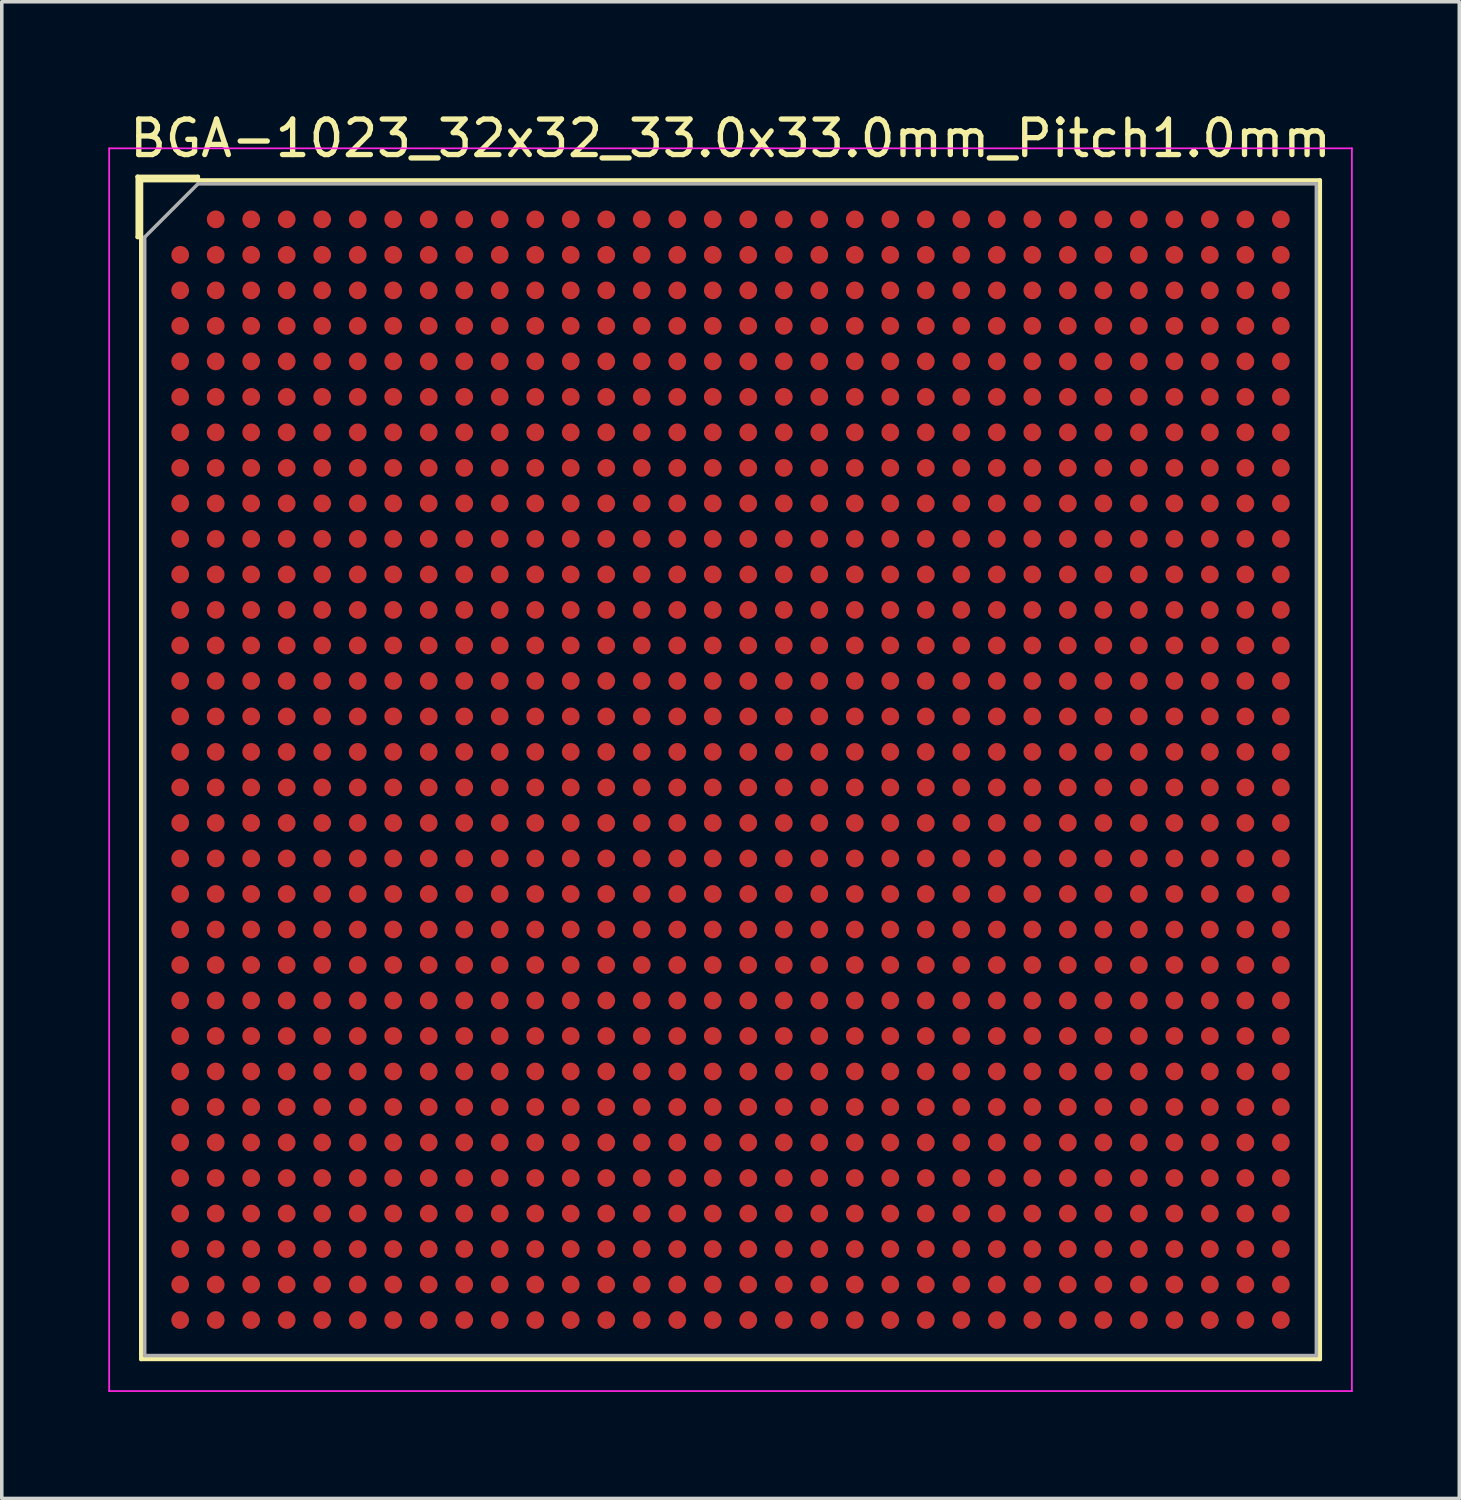
<source format=kicad_pcb>
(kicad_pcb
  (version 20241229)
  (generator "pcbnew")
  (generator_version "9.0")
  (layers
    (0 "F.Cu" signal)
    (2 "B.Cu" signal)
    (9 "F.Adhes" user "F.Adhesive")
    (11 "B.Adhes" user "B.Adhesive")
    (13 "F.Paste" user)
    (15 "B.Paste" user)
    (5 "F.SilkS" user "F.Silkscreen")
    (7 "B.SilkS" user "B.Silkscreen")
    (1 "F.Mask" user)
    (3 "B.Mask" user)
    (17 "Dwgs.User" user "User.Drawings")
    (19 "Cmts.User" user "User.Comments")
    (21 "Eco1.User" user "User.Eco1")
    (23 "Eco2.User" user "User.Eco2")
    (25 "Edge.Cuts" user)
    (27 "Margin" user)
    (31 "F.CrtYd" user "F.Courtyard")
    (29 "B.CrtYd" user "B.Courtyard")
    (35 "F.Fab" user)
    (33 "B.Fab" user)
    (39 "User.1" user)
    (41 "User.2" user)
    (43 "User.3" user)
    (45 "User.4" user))
  (footprint "BGA-1023_32x32_33.0x33.0mm_Pitch1.0mm"
    (layer "F.Cu")
    (at 17.525 18.628)
    (property "Reference" "BGA-1023_32x32_33.0x33.0mm_Pitch1.0mm" (at 0 -17.78 0) (layer "F.SilkS") (effects (font (size 1 1) (thickness 0.15))))
    (attr smd)
    (fp_line (start -16.7 -16.7) (end -15 -16.7) (stroke (width 0.12) (type solid)) (layer "F.SilkS"))
    (fp_line (start -16.7 -15) (end -16.7 -16.7) (stroke (width 0.12) (type solid)) (layer "F.SilkS"))
    (fp_line (start -16.7 -15) (end -16.6 -15) (stroke (width 0.12) (type solid)) (layer "F.SilkS"))
    (fp_line (start -16.6 -16.6) (end -16.7 -16.7) (stroke (width 0.12) (type solid)) (layer "F.SilkS"))
    (fp_line (start -16.6 -16.6) (end -16.6 16.6) (stroke (width 0.12) (type solid)) (layer "F.SilkS"))
    (fp_line (start -16.6 16.6) (end 16.6 16.6) (stroke (width 0.12) (type solid)) (layer "F.SilkS"))
    (fp_line (start -15 -16.7) (end -15 -16.6) (stroke (width 0.12) (type solid)) (layer "F.SilkS"))
    (fp_line (start 16.6 -16.6) (end -16.6 -16.6) (stroke (width 0.12) (type solid)) (layer "F.SilkS"))
    (fp_line (start 16.6 16.6) (end 16.6 -16.6) (stroke (width 0.12) (type solid)) (layer "F.SilkS"))
    (fp_line (start -17.5 -17.5) (end -17.5 17.5) (stroke (width 0.05) (type solid)) (layer "F.CrtYd"))
    (fp_line (start -17.5 -17.5) (end 17.5 -17.5) (stroke (width 0.05) (type solid)) (layer "F.CrtYd"))
    (fp_line (start 17.5 17.5) (end -17.5 17.5) (stroke (width 0.05) (type solid)) (layer "F.CrtYd"))
    (fp_line (start 17.5 17.5) (end 17.5 -17.5) (stroke (width 0.05) (type solid)) (layer "F.CrtYd"))
    (fp_line (start -16.5 -15) (end -15 -16.5) (stroke (width 0.1) (type solid)) (layer "F.Fab"))
    (fp_line (start -16.5 16.5) (end -16.5 -15) (stroke (width 0.1) (type solid)) (layer "F.Fab"))
    (fp_line (start -15 -16.5) (end 16.5 -16.5) (stroke (width 0.1) (type solid)) (layer "F.Fab"))
    (fp_line (start 16.5 -16.5) (end 16.5 16.5) (stroke (width 0.1) (type solid)) (layer "F.Fab"))
    (fp_line (start 16.5 16.5) (end -16.5 16.5) (stroke (width 0.1) (type solid)) (layer "F.Fab"))
    (pad "A2" smd circle (at -14.5 -15.5) (size 0.5 0.5) (layers "F.Cu" "F.Mask" "F.Paste"))
    (pad "A3" smd circle (at -13.5 -15.5) (size 0.5 0.5) (layers "F.Cu" "F.Mask" "F.Paste"))
    (pad "A4" smd circle (at -12.5 -15.5) (size 0.5 0.5) (layers "F.Cu" "F.Mask" "F.Paste"))
    (pad "A5" smd circle (at -11.5 -15.5) (size 0.5 0.5) (layers "F.Cu" "F.Mask" "F.Paste"))
    (pad "A6" smd circle (at -10.5 -15.5) (size 0.5 0.5) (layers "F.Cu" "F.Mask" "F.Paste"))
    (pad "A7" smd circle (at -9.5 -15.5) (size 0.5 0.5) (layers "F.Cu" "F.Mask" "F.Paste"))
    (pad "A8" smd circle (at -8.5 -15.5) (size 0.5 0.5) (layers "F.Cu" "F.Mask" "F.Paste"))
    (pad "A9" smd circle (at -7.5 -15.5) (size 0.5 0.5) (layers "F.Cu" "F.Mask" "F.Paste"))
    (pad "A10" smd circle (at -6.5 -15.5) (size 0.5 0.5) (layers "F.Cu" "F.Mask" "F.Paste"))
    (pad "A11" smd circle (at -5.5 -15.5) (size 0.5 0.5) (layers "F.Cu" "F.Mask" "F.Paste"))
    (pad "A12" smd circle (at -4.5 -15.5) (size 0.5 0.5) (layers "F.Cu" "F.Mask" "F.Paste"))
    (pad "A13" smd circle (at -3.5 -15.5) (size 0.5 0.5) (layers "F.Cu" "F.Mask" "F.Paste"))
    (pad "A14" smd circle (at -2.5 -15.5) (size 0.5 0.5) (layers "F.Cu" "F.Mask" "F.Paste"))
    (pad "A15" smd circle (at -1.5 -15.5) (size 0.5 0.5) (layers "F.Cu" "F.Mask" "F.Paste"))
    (pad "A16" smd circle (at -0.5 -15.5) (size 0.5 0.5) (layers "F.Cu" "F.Mask" "F.Paste"))
    (pad "A17" smd circle (at 0.5 -15.5) (size 0.5 0.5) (layers "F.Cu" "F.Mask" "F.Paste"))
    (pad "A18" smd circle (at 1.5 -15.5) (size 0.5 0.5) (layers "F.Cu" "F.Mask" "F.Paste"))
    (pad "A19" smd circle (at 2.5 -15.5) (size 0.5 0.5) (layers "F.Cu" "F.Mask" "F.Paste"))
    (pad "A20" smd circle (at 3.5 -15.5) (size 0.5 0.5) (layers "F.Cu" "F.Mask" "F.Paste"))
    (pad "A21" smd circle (at 4.5 -15.5) (size 0.5 0.5) (layers "F.Cu" "F.Mask" "F.Paste"))
    (pad "A22" smd circle (at 5.5 -15.5) (size 0.5 0.5) (layers "F.Cu" "F.Mask" "F.Paste"))
    (pad "A23" smd circle (at 6.5 -15.5) (size 0.5 0.5) (layers "F.Cu" "F.Mask" "F.Paste"))
    (pad "A24" smd circle (at 7.5 -15.5) (size 0.5 0.5) (layers "F.Cu" "F.Mask" "F.Paste"))
    (pad "A25" smd circle (at 8.5 -15.5) (size 0.5 0.5) (layers "F.Cu" "F.Mask" "F.Paste"))
    (pad "A26" smd circle (at 9.5 -15.5) (size 0.5 0.5) (layers "F.Cu" "F.Mask" "F.Paste"))
    (pad "A27" smd circle (at 10.5 -15.5) (size 0.5 0.5) (layers "F.Cu" "F.Mask" "F.Paste"))
    (pad "A28" smd circle (at 11.5 -15.5) (size 0.5 0.5) (layers "F.Cu" "F.Mask" "F.Paste"))
    (pad "A29" smd circle (at 12.5 -15.5) (size 0.5 0.5) (layers "F.Cu" "F.Mask" "F.Paste"))
    (pad "A30" smd circle (at 13.5 -15.5) (size 0.5 0.5) (layers "F.Cu" "F.Mask" "F.Paste"))
    (pad "A31" smd circle (at 14.5 -15.5) (size 0.5 0.5) (layers "F.Cu" "F.Mask" "F.Paste"))
    (pad "A32" smd circle (at 15.5 -15.5) (size 0.5 0.5) (layers "F.Cu" "F.Mask" "F.Paste"))
    (pad "AA1" smd circle (at -15.5 4.5) (size 0.5 0.5) (layers "F.Cu" "F.Mask" "F.Paste"))
    (pad "AA2" smd circle (at -14.5 4.5) (size 0.5 0.5) (layers "F.Cu" "F.Mask" "F.Paste"))
    (pad "AA3" smd circle (at -13.5 4.5) (size 0.5 0.5) (layers "F.Cu" "F.Mask" "F.Paste"))
    (pad "AA4" smd circle (at -12.5 4.5) (size 0.5 0.5) (layers "F.Cu" "F.Mask" "F.Paste"))
    (pad "AA5" smd circle (at -11.5 4.5) (size 0.5 0.5) (layers "F.Cu" "F.Mask" "F.Paste"))
    (pad "AA6" smd circle (at -10.5 4.5) (size 0.5 0.5) (layers "F.Cu" "F.Mask" "F.Paste"))
    (pad "AA7" smd circle (at -9.5 4.5) (size 0.5 0.5) (layers "F.Cu" "F.Mask" "F.Paste"))
    (pad "AA8" smd circle (at -8.5 4.5) (size 0.5 0.5) (layers "F.Cu" "F.Mask" "F.Paste"))
    (pad "AA9" smd circle (at -7.5 4.5) (size 0.5 0.5) (layers "F.Cu" "F.Mask" "F.Paste"))
    (pad "AA10" smd circle (at -6.5 4.5) (size 0.5 0.5) (layers "F.Cu" "F.Mask" "F.Paste"))
    (pad "AA11" smd circle (at -5.5 4.5) (size 0.5 0.5) (layers "F.Cu" "F.Mask" "F.Paste"))
    (pad "AA12" smd circle (at -4.5 4.5) (size 0.5 0.5) (layers "F.Cu" "F.Mask" "F.Paste"))
    (pad "AA13" smd circle (at -3.5 4.5) (size 0.5 0.5) (layers "F.Cu" "F.Mask" "F.Paste"))
    (pad "AA14" smd circle (at -2.5 4.5) (size 0.5 0.5) (layers "F.Cu" "F.Mask" "F.Paste"))
    (pad "AA15" smd circle (at -1.5 4.5) (size 0.5 0.5) (layers "F.Cu" "F.Mask" "F.Paste"))
    (pad "AA16" smd circle (at -0.5 4.5) (size 0.5 0.5) (layers "F.Cu" "F.Mask" "F.Paste"))
    (pad "AA17" smd circle (at 0.5 4.5) (size 0.5 0.5) (layers "F.Cu" "F.Mask" "F.Paste"))
    (pad "AA18" smd circle (at 1.5 4.5) (size 0.5 0.5) (layers "F.Cu" "F.Mask" "F.Paste"))
    (pad "AA19" smd circle (at 2.5 4.5) (size 0.5 0.5) (layers "F.Cu" "F.Mask" "F.Paste"))
    (pad "AA20" smd circle (at 3.5 4.5) (size 0.5 0.5) (layers "F.Cu" "F.Mask" "F.Paste"))
    (pad "AA21" smd circle (at 4.5 4.5) (size 0.5 0.5) (layers "F.Cu" "F.Mask" "F.Paste"))
    (pad "AA22" smd circle (at 5.5 4.5) (size 0.5 0.5) (layers "F.Cu" "F.Mask" "F.Paste"))
    (pad "AA23" smd circle (at 6.5 4.5) (size 0.5 0.5) (layers "F.Cu" "F.Mask" "F.Paste"))
    (pad "AA24" smd circle (at 7.5 4.5) (size 0.5 0.5) (layers "F.Cu" "F.Mask" "F.Paste"))
    (pad "AA25" smd circle (at 8.5 4.5) (size 0.5 0.5) (layers "F.Cu" "F.Mask" "F.Paste"))
    (pad "AA26" smd circle (at 9.5 4.5) (size 0.5 0.5) (layers "F.Cu" "F.Mask" "F.Paste"))
    (pad "AA27" smd circle (at 10.5 4.5) (size 0.5 0.5) (layers "F.Cu" "F.Mask" "F.Paste"))
    (pad "AA28" smd circle (at 11.5 4.5) (size 0.5 0.5) (layers "F.Cu" "F.Mask" "F.Paste"))
    (pad "AA29" smd circle (at 12.5 4.5) (size 0.5 0.5) (layers "F.Cu" "F.Mask" "F.Paste"))
    (pad "AA30" smd circle (at 13.5 4.5) (size 0.5 0.5) (layers "F.Cu" "F.Mask" "F.Paste"))
    (pad "AA31" smd circle (at 14.5 4.5) (size 0.5 0.5) (layers "F.Cu" "F.Mask" "F.Paste"))
    (pad "AA32" smd circle (at 15.5 4.5) (size 0.5 0.5) (layers "F.Cu" "F.Mask" "F.Paste"))
    (pad "AB1" smd circle (at -15.5 5.5) (size 0.5 0.5) (layers "F.Cu" "F.Mask" "F.Paste"))
    (pad "AB2" smd circle (at -14.5 5.5) (size 0.5 0.5) (layers "F.Cu" "F.Mask" "F.Paste"))
    (pad "AB3" smd circle (at -13.5 5.5) (size 0.5 0.5) (layers "F.Cu" "F.Mask" "F.Paste"))
    (pad "AB4" smd circle (at -12.5 5.5) (size 0.5 0.5) (layers "F.Cu" "F.Mask" "F.Paste"))
    (pad "AB5" smd circle (at -11.5 5.5) (size 0.5 0.5) (layers "F.Cu" "F.Mask" "F.Paste"))
    (pad "AB6" smd circle (at -10.5 5.5) (size 0.5 0.5) (layers "F.Cu" "F.Mask" "F.Paste"))
    (pad "AB7" smd circle (at -9.5 5.5) (size 0.5 0.5) (layers "F.Cu" "F.Mask" "F.Paste"))
    (pad "AB8" smd circle (at -8.5 5.5) (size 0.5 0.5) (layers "F.Cu" "F.Mask" "F.Paste"))
    (pad "AB9" smd circle (at -7.5 5.5) (size 0.5 0.5) (layers "F.Cu" "F.Mask" "F.Paste"))
    (pad "AB10" smd circle (at -6.5 5.5) (size 0.5 0.5) (layers "F.Cu" "F.Mask" "F.Paste"))
    (pad "AB11" smd circle (at -5.5 5.5) (size 0.5 0.5) (layers "F.Cu" "F.Mask" "F.Paste"))
    (pad "AB12" smd circle (at -4.5 5.5) (size 0.5 0.5) (layers "F.Cu" "F.Mask" "F.Paste"))
    (pad "AB13" smd circle (at -3.5 5.5) (size 0.5 0.5) (layers "F.Cu" "F.Mask" "F.Paste"))
    (pad "AB14" smd circle (at -2.5 5.5) (size 0.5 0.5) (layers "F.Cu" "F.Mask" "F.Paste"))
    (pad "AB15" smd circle (at -1.5 5.5) (size 0.5 0.5) (layers "F.Cu" "F.Mask" "F.Paste"))
    (pad "AB16" smd circle (at -0.5 5.5) (size 0.5 0.5) (layers "F.Cu" "F.Mask" "F.Paste"))
    (pad "AB17" smd circle (at 0.5 5.5) (size 0.5 0.5) (layers "F.Cu" "F.Mask" "F.Paste"))
    (pad "AB18" smd circle (at 1.5 5.5) (size 0.5 0.5) (layers "F.Cu" "F.Mask" "F.Paste"))
    (pad "AB19" smd circle (at 2.5 5.5) (size 0.5 0.5) (layers "F.Cu" "F.Mask" "F.Paste"))
    (pad "AB20" smd circle (at 3.5 5.5) (size 0.5 0.5) (layers "F.Cu" "F.Mask" "F.Paste"))
    (pad "AB21" smd circle (at 4.5 5.5) (size 0.5 0.5) (layers "F.Cu" "F.Mask" "F.Paste"))
    (pad "AB22" smd circle (at 5.5 5.5) (size 0.5 0.5) (layers "F.Cu" "F.Mask" "F.Paste"))
    (pad "AB23" smd circle (at 6.5 5.5) (size 0.5 0.5) (layers "F.Cu" "F.Mask" "F.Paste"))
    (pad "AB24" smd circle (at 7.5 5.5) (size 0.5 0.5) (layers "F.Cu" "F.Mask" "F.Paste"))
    (pad "AB25" smd circle (at 8.5 5.5) (size 0.5 0.5) (layers "F.Cu" "F.Mask" "F.Paste"))
    (pad "AB26" smd circle (at 9.5 5.5) (size 0.5 0.5) (layers "F.Cu" "F.Mask" "F.Paste"))
    (pad "AB27" smd circle (at 10.5 5.5) (size 0.5 0.5) (layers "F.Cu" "F.Mask" "F.Paste"))
    (pad "AB28" smd circle (at 11.5 5.5) (size 0.5 0.5) (layers "F.Cu" "F.Mask" "F.Paste"))
    (pad "AB29" smd circle (at 12.5 5.5) (size 0.5 0.5) (layers "F.Cu" "F.Mask" "F.Paste"))
    (pad "AB30" smd circle (at 13.5 5.5) (size 0.5 0.5) (layers "F.Cu" "F.Mask" "F.Paste"))
    (pad "AB31" smd circle (at 14.5 5.5) (size 0.5 0.5) (layers "F.Cu" "F.Mask" "F.Paste"))
    (pad "AB32" smd circle (at 15.5 5.5) (size 0.5 0.5) (layers "F.Cu" "F.Mask" "F.Paste"))
    (pad "AC1" smd circle (at -15.5 6.5) (size 0.5 0.5) (layers "F.Cu" "F.Mask" "F.Paste"))
    (pad "AC2" smd circle (at -14.5 6.5) (size 0.5 0.5) (layers "F.Cu" "F.Mask" "F.Paste"))
    (pad "AC3" smd circle (at -13.5 6.5) (size 0.5 0.5) (layers "F.Cu" "F.Mask" "F.Paste"))
    (pad "AC4" smd circle (at -12.5 6.5) (size 0.5 0.5) (layers "F.Cu" "F.Mask" "F.Paste"))
    (pad "AC5" smd circle (at -11.5 6.5) (size 0.5 0.5) (layers "F.Cu" "F.Mask" "F.Paste"))
    (pad "AC6" smd circle (at -10.5 6.5) (size 0.5 0.5) (layers "F.Cu" "F.Mask" "F.Paste"))
    (pad "AC7" smd circle (at -9.5 6.5) (size 0.5 0.5) (layers "F.Cu" "F.Mask" "F.Paste"))
    (pad "AC8" smd circle (at -8.5 6.5) (size 0.5 0.5) (layers "F.Cu" "F.Mask" "F.Paste"))
    (pad "AC9" smd circle (at -7.5 6.5) (size 0.5 0.5) (layers "F.Cu" "F.Mask" "F.Paste"))
    (pad "AC10" smd circle (at -6.5 6.5) (size 0.5 0.5) (layers "F.Cu" "F.Mask" "F.Paste"))
    (pad "AC11" smd circle (at -5.5 6.5) (size 0.5 0.5) (layers "F.Cu" "F.Mask" "F.Paste"))
    (pad "AC12" smd circle (at -4.5 6.5) (size 0.5 0.5) (layers "F.Cu" "F.Mask" "F.Paste"))
    (pad "AC13" smd circle (at -3.5 6.5) (size 0.5 0.5) (layers "F.Cu" "F.Mask" "F.Paste"))
    (pad "AC14" smd circle (at -2.5 6.5) (size 0.5 0.5) (layers "F.Cu" "F.Mask" "F.Paste"))
    (pad "AC15" smd circle (at -1.5 6.5) (size 0.5 0.5) (layers "F.Cu" "F.Mask" "F.Paste"))
    (pad "AC16" smd circle (at -0.5 6.5) (size 0.5 0.5) (layers "F.Cu" "F.Mask" "F.Paste"))
    (pad "AC17" smd circle (at 0.5 6.5) (size 0.5 0.5) (layers "F.Cu" "F.Mask" "F.Paste"))
    (pad "AC18" smd circle (at 1.5 6.5) (size 0.5 0.5) (layers "F.Cu" "F.Mask" "F.Paste"))
    (pad "AC19" smd circle (at 2.5 6.5) (size 0.5 0.5) (layers "F.Cu" "F.Mask" "F.Paste"))
    (pad "AC20" smd circle (at 3.5 6.5) (size 0.5 0.5) (layers "F.Cu" "F.Mask" "F.Paste"))
    (pad "AC21" smd circle (at 4.5 6.5) (size 0.5 0.5) (layers "F.Cu" "F.Mask" "F.Paste"))
    (pad "AC22" smd circle (at 5.5 6.5) (size 0.5 0.5) (layers "F.Cu" "F.Mask" "F.Paste"))
    (pad "AC23" smd circle (at 6.5 6.5) (size 0.5 0.5) (layers "F.Cu" "F.Mask" "F.Paste"))
    (pad "AC24" smd circle (at 7.5 6.5) (size 0.5 0.5) (layers "F.Cu" "F.Mask" "F.Paste"))
    (pad "AC25" smd circle (at 8.5 6.5) (size 0.5 0.5) (layers "F.Cu" "F.Mask" "F.Paste"))
    (pad "AC26" smd circle (at 9.5 6.5) (size 0.5 0.5) (layers "F.Cu" "F.Mask" "F.Paste"))
    (pad "AC27" smd circle (at 10.5 6.5) (size 0.5 0.5) (layers "F.Cu" "F.Mask" "F.Paste"))
    (pad "AC28" smd circle (at 11.5 6.5) (size 0.5 0.5) (layers "F.Cu" "F.Mask" "F.Paste"))
    (pad "AC29" smd circle (at 12.5 6.5) (size 0.5 0.5) (layers "F.Cu" "F.Mask" "F.Paste"))
    (pad "AC30" smd circle (at 13.5 6.5) (size 0.5 0.5) (layers "F.Cu" "F.Mask" "F.Paste"))
    (pad "AC31" smd circle (at 14.5 6.5) (size 0.5 0.5) (layers "F.Cu" "F.Mask" "F.Paste"))
    (pad "AC32" smd circle (at 15.5 6.5) (size 0.5 0.5) (layers "F.Cu" "F.Mask" "F.Paste"))
    (pad "AD1" smd circle (at -15.5 7.5) (size 0.5 0.5) (layers "F.Cu" "F.Mask" "F.Paste"))
    (pad "AD2" smd circle (at -14.5 7.5) (size 0.5 0.5) (layers "F.Cu" "F.Mask" "F.Paste"))
    (pad "AD3" smd circle (at -13.5 7.5) (size 0.5 0.5) (layers "F.Cu" "F.Mask" "F.Paste"))
    (pad "AD4" smd circle (at -12.5 7.5) (size 0.5 0.5) (layers "F.Cu" "F.Mask" "F.Paste"))
    (pad "AD5" smd circle (at -11.5 7.5) (size 0.5 0.5) (layers "F.Cu" "F.Mask" "F.Paste"))
    (pad "AD6" smd circle (at -10.5 7.5) (size 0.5 0.5) (layers "F.Cu" "F.Mask" "F.Paste"))
    (pad "AD7" smd circle (at -9.5 7.5) (size 0.5 0.5) (layers "F.Cu" "F.Mask" "F.Paste"))
    (pad "AD8" smd circle (at -8.5 7.5) (size 0.5 0.5) (layers "F.Cu" "F.Mask" "F.Paste"))
    (pad "AD9" smd circle (at -7.5 7.5) (size 0.5 0.5) (layers "F.Cu" "F.Mask" "F.Paste"))
    (pad "AD10" smd circle (at -6.5 7.5) (size 0.5 0.5) (layers "F.Cu" "F.Mask" "F.Paste"))
    (pad "AD11" smd circle (at -5.5 7.5) (size 0.5 0.5) (layers "F.Cu" "F.Mask" "F.Paste"))
    (pad "AD12" smd circle (at -4.5 7.5) (size 0.5 0.5) (layers "F.Cu" "F.Mask" "F.Paste"))
    (pad "AD13" smd circle (at -3.5 7.5) (size 0.5 0.5) (layers "F.Cu" "F.Mask" "F.Paste"))
    (pad "AD14" smd circle (at -2.5 7.5) (size 0.5 0.5) (layers "F.Cu" "F.Mask" "F.Paste"))
    (pad "AD15" smd circle (at -1.5 7.5) (size 0.5 0.5) (layers "F.Cu" "F.Mask" "F.Paste"))
    (pad "AD16" smd circle (at -0.5 7.5) (size 0.5 0.5) (layers "F.Cu" "F.Mask" "F.Paste"))
    (pad "AD17" smd circle (at 0.5 7.5) (size 0.5 0.5) (layers "F.Cu" "F.Mask" "F.Paste"))
    (pad "AD18" smd circle (at 1.5 7.5) (size 0.5 0.5) (layers "F.Cu" "F.Mask" "F.Paste"))
    (pad "AD19" smd circle (at 2.5 7.5) (size 0.5 0.5) (layers "F.Cu" "F.Mask" "F.Paste"))
    (pad "AD20" smd circle (at 3.5 7.5) (size 0.5 0.5) (layers "F.Cu" "F.Mask" "F.Paste"))
    (pad "AD21" smd circle (at 4.5 7.5) (size 0.5 0.5) (layers "F.Cu" "F.Mask" "F.Paste"))
    (pad "AD22" smd circle (at 5.5 7.5) (size 0.5 0.5) (layers "F.Cu" "F.Mask" "F.Paste"))
    (pad "AD23" smd circle (at 6.5 7.5) (size 0.5 0.5) (layers "F.Cu" "F.Mask" "F.Paste"))
    (pad "AD24" smd circle (at 7.5 7.5) (size 0.5 0.5) (layers "F.Cu" "F.Mask" "F.Paste"))
    (pad "AD25" smd circle (at 8.5 7.5) (size 0.5 0.5) (layers "F.Cu" "F.Mask" "F.Paste"))
    (pad "AD26" smd circle (at 9.5 7.5) (size 0.5 0.5) (layers "F.Cu" "F.Mask" "F.Paste"))
    (pad "AD27" smd circle (at 10.5 7.5) (size 0.5 0.5) (layers "F.Cu" "F.Mask" "F.Paste"))
    (pad "AD28" smd circle (at 11.5 7.5) (size 0.5 0.5) (layers "F.Cu" "F.Mask" "F.Paste"))
    (pad "AD29" smd circle (at 12.5 7.5) (size 0.5 0.5) (layers "F.Cu" "F.Mask" "F.Paste"))
    (pad "AD30" smd circle (at 13.5 7.5) (size 0.5 0.5) (layers "F.Cu" "F.Mask" "F.Paste"))
    (pad "AD31" smd circle (at 14.5 7.5) (size 0.5 0.5) (layers "F.Cu" "F.Mask" "F.Paste"))
    (pad "AD32" smd circle (at 15.5 7.5) (size 0.5 0.5) (layers "F.Cu" "F.Mask" "F.Paste"))
    (pad "AE1" smd circle (at -15.5 8.5) (size 0.5 0.5) (layers "F.Cu" "F.Mask" "F.Paste"))
    (pad "AE2" smd circle (at -14.5 8.5) (size 0.5 0.5) (layers "F.Cu" "F.Mask" "F.Paste"))
    (pad "AE3" smd circle (at -13.5 8.5) (size 0.5 0.5) (layers "F.Cu" "F.Mask" "F.Paste"))
    (pad "AE4" smd circle (at -12.5 8.5) (size 0.5 0.5) (layers "F.Cu" "F.Mask" "F.Paste"))
    (pad "AE5" smd circle (at -11.5 8.5) (size 0.5 0.5) (layers "F.Cu" "F.Mask" "F.Paste"))
    (pad "AE6" smd circle (at -10.5 8.5) (size 0.5 0.5) (layers "F.Cu" "F.Mask" "F.Paste"))
    (pad "AE7" smd circle (at -9.5 8.5) (size 0.5 0.5) (layers "F.Cu" "F.Mask" "F.Paste"))
    (pad "AE8" smd circle (at -8.5 8.5) (size 0.5 0.5) (layers "F.Cu" "F.Mask" "F.Paste"))
    (pad "AE9" smd circle (at -7.5 8.5) (size 0.5 0.5) (layers "F.Cu" "F.Mask" "F.Paste"))
    (pad "AE10" smd circle (at -6.5 8.5) (size 0.5 0.5) (layers "F.Cu" "F.Mask" "F.Paste"))
    (pad "AE11" smd circle (at -5.5 8.5) (size 0.5 0.5) (layers "F.Cu" "F.Mask" "F.Paste"))
    (pad "AE12" smd circle (at -4.5 8.5) (size 0.5 0.5) (layers "F.Cu" "F.Mask" "F.Paste"))
    (pad "AE13" smd circle (at -3.5 8.5) (size 0.5 0.5) (layers "F.Cu" "F.Mask" "F.Paste"))
    (pad "AE14" smd circle (at -2.5 8.5) (size 0.5 0.5) (layers "F.Cu" "F.Mask" "F.Paste"))
    (pad "AE15" smd circle (at -1.5 8.5) (size 0.5 0.5) (layers "F.Cu" "F.Mask" "F.Paste"))
    (pad "AE16" smd circle (at -0.5 8.5) (size 0.5 0.5) (layers "F.Cu" "F.Mask" "F.Paste"))
    (pad "AE17" smd circle (at 0.5 8.5) (size 0.5 0.5) (layers "F.Cu" "F.Mask" "F.Paste"))
    (pad "AE18" smd circle (at 1.5 8.5) (size 0.5 0.5) (layers "F.Cu" "F.Mask" "F.Paste"))
    (pad "AE19" smd circle (at 2.5 8.5) (size 0.5 0.5) (layers "F.Cu" "F.Mask" "F.Paste"))
    (pad "AE20" smd circle (at 3.5 8.5) (size 0.5 0.5) (layers "F.Cu" "F.Mask" "F.Paste"))
    (pad "AE21" smd circle (at 4.5 8.5) (size 0.5 0.5) (layers "F.Cu" "F.Mask" "F.Paste"))
    (pad "AE22" smd circle (at 5.5 8.5) (size 0.5 0.5) (layers "F.Cu" "F.Mask" "F.Paste"))
    (pad "AE23" smd circle (at 6.5 8.5) (size 0.5 0.5) (layers "F.Cu" "F.Mask" "F.Paste"))
    (pad "AE24" smd circle (at 7.5 8.5) (size 0.5 0.5) (layers "F.Cu" "F.Mask" "F.Paste"))
    (pad "AE25" smd circle (at 8.5 8.5) (size 0.5 0.5) (layers "F.Cu" "F.Mask" "F.Paste"))
    (pad "AE26" smd circle (at 9.5 8.5) (size 0.5 0.5) (layers "F.Cu" "F.Mask" "F.Paste"))
    (pad "AE27" smd circle (at 10.5 8.5) (size 0.5 0.5) (layers "F.Cu" "F.Mask" "F.Paste"))
    (pad "AE28" smd circle (at 11.5 8.5) (size 0.5 0.5) (layers "F.Cu" "F.Mask" "F.Paste"))
    (pad "AE29" smd circle (at 12.5 8.5) (size 0.5 0.5) (layers "F.Cu" "F.Mask" "F.Paste"))
    (pad "AE30" smd circle (at 13.5 8.5) (size 0.5 0.5) (layers "F.Cu" "F.Mask" "F.Paste"))
    (pad "AE31" smd circle (at 14.5 8.5) (size 0.5 0.5) (layers "F.Cu" "F.Mask" "F.Paste"))
    (pad "AE32" smd circle (at 15.5 8.5) (size 0.5 0.5) (layers "F.Cu" "F.Mask" "F.Paste"))
    (pad "AF1" smd circle (at -15.5 9.5) (size 0.5 0.5) (layers "F.Cu" "F.Mask" "F.Paste"))
    (pad "AF2" smd circle (at -14.5 9.5) (size 0.5 0.5) (layers "F.Cu" "F.Mask" "F.Paste"))
    (pad "AF3" smd circle (at -13.5 9.5) (size 0.5 0.5) (layers "F.Cu" "F.Mask" "F.Paste"))
    (pad "AF4" smd circle (at -12.5 9.5) (size 0.5 0.5) (layers "F.Cu" "F.Mask" "F.Paste"))
    (pad "AF5" smd circle (at -11.5 9.5) (size 0.5 0.5) (layers "F.Cu" "F.Mask" "F.Paste"))
    (pad "AF6" smd circle (at -10.5 9.5) (size 0.5 0.5) (layers "F.Cu" "F.Mask" "F.Paste"))
    (pad "AF7" smd circle (at -9.5 9.5) (size 0.5 0.5) (layers "F.Cu" "F.Mask" "F.Paste"))
    (pad "AF8" smd circle (at -8.5 9.5) (size 0.5 0.5) (layers "F.Cu" "F.Mask" "F.Paste"))
    (pad "AF9" smd circle (at -7.5 9.5) (size 0.5 0.5) (layers "F.Cu" "F.Mask" "F.Paste"))
    (pad "AF10" smd circle (at -6.5 9.5) (size 0.5 0.5) (layers "F.Cu" "F.Mask" "F.Paste"))
    (pad "AF11" smd circle (at -5.5 9.5) (size 0.5 0.5) (layers "F.Cu" "F.Mask" "F.Paste"))
    (pad "AF12" smd circle (at -4.5 9.5) (size 0.5 0.5) (layers "F.Cu" "F.Mask" "F.Paste"))
    (pad "AF13" smd circle (at -3.5 9.5) (size 0.5 0.5) (layers "F.Cu" "F.Mask" "F.Paste"))
    (pad "AF14" smd circle (at -2.5 9.5) (size 0.5 0.5) (layers "F.Cu" "F.Mask" "F.Paste"))
    (pad "AF15" smd circle (at -1.5 9.5) (size 0.5 0.5) (layers "F.Cu" "F.Mask" "F.Paste"))
    (pad "AF16" smd circle (at -0.5 9.5) (size 0.5 0.5) (layers "F.Cu" "F.Mask" "F.Paste"))
    (pad "AF17" smd circle (at 0.5 9.5) (size 0.5 0.5) (layers "F.Cu" "F.Mask" "F.Paste"))
    (pad "AF18" smd circle (at 1.5 9.5) (size 0.5 0.5) (layers "F.Cu" "F.Mask" "F.Paste"))
    (pad "AF19" smd circle (at 2.5 9.5) (size 0.5 0.5) (layers "F.Cu" "F.Mask" "F.Paste"))
    (pad "AF20" smd circle (at 3.5 9.5) (size 0.5 0.5) (layers "F.Cu" "F.Mask" "F.Paste"))
    (pad "AF21" smd circle (at 4.5 9.5) (size 0.5 0.5) (layers "F.Cu" "F.Mask" "F.Paste"))
    (pad "AF22" smd circle (at 5.5 9.5) (size 0.5 0.5) (layers "F.Cu" "F.Mask" "F.Paste"))
    (pad "AF23" smd circle (at 6.5 9.5) (size 0.5 0.5) (layers "F.Cu" "F.Mask" "F.Paste"))
    (pad "AF24" smd circle (at 7.5 9.5) (size 0.5 0.5) (layers "F.Cu" "F.Mask" "F.Paste"))
    (pad "AF25" smd circle (at 8.5 9.5) (size 0.5 0.5) (layers "F.Cu" "F.Mask" "F.Paste"))
    (pad "AF26" smd circle (at 9.5 9.5) (size 0.5 0.5) (layers "F.Cu" "F.Mask" "F.Paste"))
    (pad "AF27" smd circle (at 10.5 9.5) (size 0.5 0.5) (layers "F.Cu" "F.Mask" "F.Paste"))
    (pad "AF28" smd circle (at 11.5 9.5) (size 0.5 0.5) (layers "F.Cu" "F.Mask" "F.Paste"))
    (pad "AF29" smd circle (at 12.5 9.5) (size 0.5 0.5) (layers "F.Cu" "F.Mask" "F.Paste"))
    (pad "AF30" smd circle (at 13.5 9.5) (size 0.5 0.5) (layers "F.Cu" "F.Mask" "F.Paste"))
    (pad "AF31" smd circle (at 14.5 9.5) (size 0.5 0.5) (layers "F.Cu" "F.Mask" "F.Paste"))
    (pad "AF32" smd circle (at 15.5 9.5) (size 0.5 0.5) (layers "F.Cu" "F.Mask" "F.Paste"))
    (pad "AG1" smd circle (at -15.5 10.5) (size 0.5 0.5) (layers "F.Cu" "F.Mask" "F.Paste"))
    (pad "AG2" smd circle (at -14.5 10.5) (size 0.5 0.5) (layers "F.Cu" "F.Mask" "F.Paste"))
    (pad "AG3" smd circle (at -13.5 10.5) (size 0.5 0.5) (layers "F.Cu" "F.Mask" "F.Paste"))
    (pad "AG4" smd circle (at -12.5 10.5) (size 0.5 0.5) (layers "F.Cu" "F.Mask" "F.Paste"))
    (pad "AG5" smd circle (at -11.5 10.5) (size 0.5 0.5) (layers "F.Cu" "F.Mask" "F.Paste"))
    (pad "AG6" smd circle (at -10.5 10.5) (size 0.5 0.5) (layers "F.Cu" "F.Mask" "F.Paste"))
    (pad "AG7" smd circle (at -9.5 10.5) (size 0.5 0.5) (layers "F.Cu" "F.Mask" "F.Paste"))
    (pad "AG8" smd circle (at -8.5 10.5) (size 0.5 0.5) (layers "F.Cu" "F.Mask" "F.Paste"))
    (pad "AG9" smd circle (at -7.5 10.5) (size 0.5 0.5) (layers "F.Cu" "F.Mask" "F.Paste"))
    (pad "AG10" smd circle (at -6.5 10.5) (size 0.5 0.5) (layers "F.Cu" "F.Mask" "F.Paste"))
    (pad "AG11" smd circle (at -5.5 10.5) (size 0.5 0.5) (layers "F.Cu" "F.Mask" "F.Paste"))
    (pad "AG12" smd circle (at -4.5 10.5) (size 0.5 0.5) (layers "F.Cu" "F.Mask" "F.Paste"))
    (pad "AG13" smd circle (at -3.5 10.5) (size 0.5 0.5) (layers "F.Cu" "F.Mask" "F.Paste"))
    (pad "AG14" smd circle (at -2.5 10.5) (size 0.5 0.5) (layers "F.Cu" "F.Mask" "F.Paste"))
    (pad "AG15" smd circle (at -1.5 10.5) (size 0.5 0.5) (layers "F.Cu" "F.Mask" "F.Paste"))
    (pad "AG16" smd circle (at -0.5 10.5) (size 0.5 0.5) (layers "F.Cu" "F.Mask" "F.Paste"))
    (pad "AG17" smd circle (at 0.5 10.5) (size 0.5 0.5) (layers "F.Cu" "F.Mask" "F.Paste"))
    (pad "AG18" smd circle (at 1.5 10.5) (size 0.5 0.5) (layers "F.Cu" "F.Mask" "F.Paste"))
    (pad "AG19" smd circle (at 2.5 10.5) (size 0.5 0.5) (layers "F.Cu" "F.Mask" "F.Paste"))
    (pad "AG20" smd circle (at 3.5 10.5) (size 0.5 0.5) (layers "F.Cu" "F.Mask" "F.Paste"))
    (pad "AG21" smd circle (at 4.5 10.5) (size 0.5 0.5) (layers "F.Cu" "F.Mask" "F.Paste"))
    (pad "AG22" smd circle (at 5.5 10.5) (size 0.5 0.5) (layers "F.Cu" "F.Mask" "F.Paste"))
    (pad "AG23" smd circle (at 6.5 10.5) (size 0.5 0.5) (layers "F.Cu" "F.Mask" "F.Paste"))
    (pad "AG24" smd circle (at 7.5 10.5) (size 0.5 0.5) (layers "F.Cu" "F.Mask" "F.Paste"))
    (pad "AG25" smd circle (at 8.5 10.5) (size 0.5 0.5) (layers "F.Cu" "F.Mask" "F.Paste"))
    (pad "AG26" smd circle (at 9.5 10.5) (size 0.5 0.5) (layers "F.Cu" "F.Mask" "F.Paste"))
    (pad "AG27" smd circle (at 10.5 10.5) (size 0.5 0.5) (layers "F.Cu" "F.Mask" "F.Paste"))
    (pad "AG28" smd circle (at 11.5 10.5) (size 0.5 0.5) (layers "F.Cu" "F.Mask" "F.Paste"))
    (pad "AG29" smd circle (at 12.5 10.5) (size 0.5 0.5) (layers "F.Cu" "F.Mask" "F.Paste"))
    (pad "AG30" smd circle (at 13.5 10.5) (size 0.5 0.5) (layers "F.Cu" "F.Mask" "F.Paste"))
    (pad "AG31" smd circle (at 14.5 10.5) (size 0.5 0.5) (layers "F.Cu" "F.Mask" "F.Paste"))
    (pad "AG32" smd circle (at 15.5 10.5) (size 0.5 0.5) (layers "F.Cu" "F.Mask" "F.Paste"))
    (pad "AH1" smd circle (at -15.5 11.5) (size 0.5 0.5) (layers "F.Cu" "F.Mask" "F.Paste"))
    (pad "AH2" smd circle (at -14.5 11.5) (size 0.5 0.5) (layers "F.Cu" "F.Mask" "F.Paste"))
    (pad "AH3" smd circle (at -13.5 11.5) (size 0.5 0.5) (layers "F.Cu" "F.Mask" "F.Paste"))
    (pad "AH4" smd circle (at -12.5 11.5) (size 0.5 0.5) (layers "F.Cu" "F.Mask" "F.Paste"))
    (pad "AH5" smd circle (at -11.5 11.5) (size 0.5 0.5) (layers "F.Cu" "F.Mask" "F.Paste"))
    (pad "AH6" smd circle (at -10.5 11.5) (size 0.5 0.5) (layers "F.Cu" "F.Mask" "F.Paste"))
    (pad "AH7" smd circle (at -9.5 11.5) (size 0.5 0.5) (layers "F.Cu" "F.Mask" "F.Paste"))
    (pad "AH8" smd circle (at -8.5 11.5) (size 0.5 0.5) (layers "F.Cu" "F.Mask" "F.Paste"))
    (pad "AH9" smd circle (at -7.5 11.5) (size 0.5 0.5) (layers "F.Cu" "F.Mask" "F.Paste"))
    (pad "AH10" smd circle (at -6.5 11.5) (size 0.5 0.5) (layers "F.Cu" "F.Mask" "F.Paste"))
    (pad "AH11" smd circle (at -5.5 11.5) (size 0.5 0.5) (layers "F.Cu" "F.Mask" "F.Paste"))
    (pad "AH12" smd circle (at -4.5 11.5) (size 0.5 0.5) (layers "F.Cu" "F.Mask" "F.Paste"))
    (pad "AH13" smd circle (at -3.5 11.5) (size 0.5 0.5) (layers "F.Cu" "F.Mask" "F.Paste"))
    (pad "AH14" smd circle (at -2.5 11.5) (size 0.5 0.5) (layers "F.Cu" "F.Mask" "F.Paste"))
    (pad "AH15" smd circle (at -1.5 11.5) (size 0.5 0.5) (layers "F.Cu" "F.Mask" "F.Paste"))
    (pad "AH16" smd circle (at -0.5 11.5) (size 0.5 0.5) (layers "F.Cu" "F.Mask" "F.Paste"))
    (pad "AH17" smd circle (at 0.5 11.5) (size 0.5 0.5) (layers "F.Cu" "F.Mask" "F.Paste"))
    (pad "AH18" smd circle (at 1.5 11.5) (size 0.5 0.5) (layers "F.Cu" "F.Mask" "F.Paste"))
    (pad "AH19" smd circle (at 2.5 11.5) (size 0.5 0.5) (layers "F.Cu" "F.Mask" "F.Paste"))
    (pad "AH20" smd circle (at 3.5 11.5) (size 0.5 0.5) (layers "F.Cu" "F.Mask" "F.Paste"))
    (pad "AH21" smd circle (at 4.5 11.5) (size 0.5 0.5) (layers "F.Cu" "F.Mask" "F.Paste"))
    (pad "AH22" smd circle (at 5.5 11.5) (size 0.5 0.5) (layers "F.Cu" "F.Mask" "F.Paste"))
    (pad "AH23" smd circle (at 6.5 11.5) (size 0.5 0.5) (layers "F.Cu" "F.Mask" "F.Paste"))
    (pad "AH24" smd circle (at 7.5 11.5) (size 0.5 0.5) (layers "F.Cu" "F.Mask" "F.Paste"))
    (pad "AH25" smd circle (at 8.5 11.5) (size 0.5 0.5) (layers "F.Cu" "F.Mask" "F.Paste"))
    (pad "AH26" smd circle (at 9.5 11.5) (size 0.5 0.5) (layers "F.Cu" "F.Mask" "F.Paste"))
    (pad "AH27" smd circle (at 10.5 11.5) (size 0.5 0.5) (layers "F.Cu" "F.Mask" "F.Paste"))
    (pad "AH28" smd circle (at 11.5 11.5) (size 0.5 0.5) (layers "F.Cu" "F.Mask" "F.Paste"))
    (pad "AH29" smd circle (at 12.5 11.5) (size 0.5 0.5) (layers "F.Cu" "F.Mask" "F.Paste"))
    (pad "AH30" smd circle (at 13.5 11.5) (size 0.5 0.5) (layers "F.Cu" "F.Mask" "F.Paste"))
    (pad "AH31" smd circle (at 14.5 11.5) (size 0.5 0.5) (layers "F.Cu" "F.Mask" "F.Paste"))
    (pad "AH32" smd circle (at 15.5 11.5) (size 0.5 0.5) (layers "F.Cu" "F.Mask" "F.Paste"))
    (pad "AJ1" smd circle (at -15.5 12.5) (size 0.5 0.5) (layers "F.Cu" "F.Mask" "F.Paste"))
    (pad "AJ2" smd circle (at -14.5 12.5) (size 0.5 0.5) (layers "F.Cu" "F.Mask" "F.Paste"))
    (pad "AJ3" smd circle (at -13.5 12.5) (size 0.5 0.5) (layers "F.Cu" "F.Mask" "F.Paste"))
    (pad "AJ4" smd circle (at -12.5 12.5) (size 0.5 0.5) (layers "F.Cu" "F.Mask" "F.Paste"))
    (pad "AJ5" smd circle (at -11.5 12.5) (size 0.5 0.5) (layers "F.Cu" "F.Mask" "F.Paste"))
    (pad "AJ6" smd circle (at -10.5 12.5) (size 0.5 0.5) (layers "F.Cu" "F.Mask" "F.Paste"))
    (pad "AJ7" smd circle (at -9.5 12.5) (size 0.5 0.5) (layers "F.Cu" "F.Mask" "F.Paste"))
    (pad "AJ8" smd circle (at -8.5 12.5) (size 0.5 0.5) (layers "F.Cu" "F.Mask" "F.Paste"))
    (pad "AJ9" smd circle (at -7.5 12.5) (size 0.5 0.5) (layers "F.Cu" "F.Mask" "F.Paste"))
    (pad "AJ10" smd circle (at -6.5 12.5) (size 0.5 0.5) (layers "F.Cu" "F.Mask" "F.Paste"))
    (pad "AJ11" smd circle (at -5.5 12.5) (size 0.5 0.5) (layers "F.Cu" "F.Mask" "F.Paste"))
    (pad "AJ12" smd circle (at -4.5 12.5) (size 0.5 0.5) (layers "F.Cu" "F.Mask" "F.Paste"))
    (pad "AJ13" smd circle (at -3.5 12.5) (size 0.5 0.5) (layers "F.Cu" "F.Mask" "F.Paste"))
    (pad "AJ14" smd circle (at -2.5 12.5) (size 0.5 0.5) (layers "F.Cu" "F.Mask" "F.Paste"))
    (pad "AJ15" smd circle (at -1.5 12.5) (size 0.5 0.5) (layers "F.Cu" "F.Mask" "F.Paste"))
    (pad "AJ16" smd circle (at -0.5 12.5) (size 0.5 0.5) (layers "F.Cu" "F.Mask" "F.Paste"))
    (pad "AJ17" smd circle (at 0.5 12.5) (size 0.5 0.5) (layers "F.Cu" "F.Mask" "F.Paste"))
    (pad "AJ18" smd circle (at 1.5 12.5) (size 0.5 0.5) (layers "F.Cu" "F.Mask" "F.Paste"))
    (pad "AJ19" smd circle (at 2.5 12.5) (size 0.5 0.5) (layers "F.Cu" "F.Mask" "F.Paste"))
    (pad "AJ20" smd circle (at 3.5 12.5) (size 0.5 0.5) (layers "F.Cu" "F.Mask" "F.Paste"))
    (pad "AJ21" smd circle (at 4.5 12.5) (size 0.5 0.5) (layers "F.Cu" "F.Mask" "F.Paste"))
    (pad "AJ22" smd circle (at 5.5 12.5) (size 0.5 0.5) (layers "F.Cu" "F.Mask" "F.Paste"))
    (pad "AJ23" smd circle (at 6.5 12.5) (size 0.5 0.5) (layers "F.Cu" "F.Mask" "F.Paste"))
    (pad "AJ24" smd circle (at 7.5 12.5) (size 0.5 0.5) (layers "F.Cu" "F.Mask" "F.Paste"))
    (pad "AJ25" smd circle (at 8.5 12.5) (size 0.5 0.5) (layers "F.Cu" "F.Mask" "F.Paste"))
    (pad "AJ26" smd circle (at 9.5 12.5) (size 0.5 0.5) (layers "F.Cu" "F.Mask" "F.Paste"))
    (pad "AJ27" smd circle (at 10.5 12.5) (size 0.5 0.5) (layers "F.Cu" "F.Mask" "F.Paste"))
    (pad "AJ28" smd circle (at 11.5 12.5) (size 0.5 0.5) (layers "F.Cu" "F.Mask" "F.Paste"))
    (pad "AJ29" smd circle (at 12.5 12.5) (size 0.5 0.5) (layers "F.Cu" "F.Mask" "F.Paste"))
    (pad "AJ30" smd circle (at 13.5 12.5) (size 0.5 0.5) (layers "F.Cu" "F.Mask" "F.Paste"))
    (pad "AJ31" smd circle (at 14.5 12.5) (size 0.5 0.5) (layers "F.Cu" "F.Mask" "F.Paste"))
    (pad "AJ32" smd circle (at 15.5 12.5) (size 0.5 0.5) (layers "F.Cu" "F.Mask" "F.Paste"))
    (pad "AK1" smd circle (at -15.5 13.5) (size 0.5 0.5) (layers "F.Cu" "F.Mask" "F.Paste"))
    (pad "AK2" smd circle (at -14.5 13.5) (size 0.5 0.5) (layers "F.Cu" "F.Mask" "F.Paste"))
    (pad "AK3" smd circle (at -13.5 13.5) (size 0.5 0.5) (layers "F.Cu" "F.Mask" "F.Paste"))
    (pad "AK4" smd circle (at -12.5 13.5) (size 0.5 0.5) (layers "F.Cu" "F.Mask" "F.Paste"))
    (pad "AK5" smd circle (at -11.5 13.5) (size 0.5 0.5) (layers "F.Cu" "F.Mask" "F.Paste"))
    (pad "AK6" smd circle (at -10.5 13.5) (size 0.5 0.5) (layers "F.Cu" "F.Mask" "F.Paste"))
    (pad "AK7" smd circle (at -9.5 13.5) (size 0.5 0.5) (layers "F.Cu" "F.Mask" "F.Paste"))
    (pad "AK8" smd circle (at -8.5 13.5) (size 0.5 0.5) (layers "F.Cu" "F.Mask" "F.Paste"))
    (pad "AK9" smd circle (at -7.5 13.5) (size 0.5 0.5) (layers "F.Cu" "F.Mask" "F.Paste"))
    (pad "AK10" smd circle (at -6.5 13.5) (size 0.5 0.5) (layers "F.Cu" "F.Mask" "F.Paste"))
    (pad "AK11" smd circle (at -5.5 13.5) (size 0.5 0.5) (layers "F.Cu" "F.Mask" "F.Paste"))
    (pad "AK12" smd circle (at -4.5 13.5) (size 0.5 0.5) (layers "F.Cu" "F.Mask" "F.Paste"))
    (pad "AK13" smd circle (at -3.5 13.5) (size 0.5 0.5) (layers "F.Cu" "F.Mask" "F.Paste"))
    (pad "AK14" smd circle (at -2.5 13.5) (size 0.5 0.5) (layers "F.Cu" "F.Mask" "F.Paste"))
    (pad "AK15" smd circle (at -1.5 13.5) (size 0.5 0.5) (layers "F.Cu" "F.Mask" "F.Paste"))
    (pad "AK16" smd circle (at -0.5 13.5) (size 0.5 0.5) (layers "F.Cu" "F.Mask" "F.Paste"))
    (pad "AK17" smd circle (at 0.5 13.5) (size 0.5 0.5) (layers "F.Cu" "F.Mask" "F.Paste"))
    (pad "AK18" smd circle (at 1.5 13.5) (size 0.5 0.5) (layers "F.Cu" "F.Mask" "F.Paste"))
    (pad "AK19" smd circle (at 2.5 13.5) (size 0.5 0.5) (layers "F.Cu" "F.Mask" "F.Paste"))
    (pad "AK20" smd circle (at 3.5 13.5) (size 0.5 0.5) (layers "F.Cu" "F.Mask" "F.Paste"))
    (pad "AK21" smd circle (at 4.5 13.5) (size 0.5 0.5) (layers "F.Cu" "F.Mask" "F.Paste"))
    (pad "AK22" smd circle (at 5.5 13.5) (size 0.5 0.5) (layers "F.Cu" "F.Mask" "F.Paste"))
    (pad "AK23" smd circle (at 6.5 13.5) (size 0.5 0.5) (layers "F.Cu" "F.Mask" "F.Paste"))
    (pad "AK24" smd circle (at 7.5 13.5) (size 0.5 0.5) (layers "F.Cu" "F.Mask" "F.Paste"))
    (pad "AK25" smd circle (at 8.5 13.5) (size 0.5 0.5) (layers "F.Cu" "F.Mask" "F.Paste"))
    (pad "AK26" smd circle (at 9.5 13.5) (size 0.5 0.5) (layers "F.Cu" "F.Mask" "F.Paste"))
    (pad "AK27" smd circle (at 10.5 13.5) (size 0.5 0.5) (layers "F.Cu" "F.Mask" "F.Paste"))
    (pad "AK28" smd circle (at 11.5 13.5) (size 0.5 0.5) (layers "F.Cu" "F.Mask" "F.Paste"))
    (pad "AK29" smd circle (at 12.5 13.5) (size 0.5 0.5) (layers "F.Cu" "F.Mask" "F.Paste"))
    (pad "AK30" smd circle (at 13.5 13.5) (size 0.5 0.5) (layers "F.Cu" "F.Mask" "F.Paste"))
    (pad "AK31" smd circle (at 14.5 13.5) (size 0.5 0.5) (layers "F.Cu" "F.Mask" "F.Paste"))
    (pad "AK32" smd circle (at 15.5 13.5) (size 0.5 0.5) (layers "F.Cu" "F.Mask" "F.Paste"))
    (pad "AL1" smd circle (at -15.5 14.5) (size 0.5 0.5) (layers "F.Cu" "F.Mask" "F.Paste"))
    (pad "AL2" smd circle (at -14.5 14.5) (size 0.5 0.5) (layers "F.Cu" "F.Mask" "F.Paste"))
    (pad "AL3" smd circle (at -13.5 14.5) (size 0.5 0.5) (layers "F.Cu" "F.Mask" "F.Paste"))
    (pad "AL4" smd circle (at -12.5 14.5) (size 0.5 0.5) (layers "F.Cu" "F.Mask" "F.Paste"))
    (pad "AL5" smd circle (at -11.5 14.5) (size 0.5 0.5) (layers "F.Cu" "F.Mask" "F.Paste"))
    (pad "AL6" smd circle (at -10.5 14.5) (size 0.5 0.5) (layers "F.Cu" "F.Mask" "F.Paste"))
    (pad "AL7" smd circle (at -9.5 14.5) (size 0.5 0.5) (layers "F.Cu" "F.Mask" "F.Paste"))
    (pad "AL8" smd circle (at -8.5 14.5) (size 0.5 0.5) (layers "F.Cu" "F.Mask" "F.Paste"))
    (pad "AL9" smd circle (at -7.5 14.5) (size 0.5 0.5) (layers "F.Cu" "F.Mask" "F.Paste"))
    (pad "AL10" smd circle (at -6.5 14.5) (size 0.5 0.5) (layers "F.Cu" "F.Mask" "F.Paste"))
    (pad "AL11" smd circle (at -5.5 14.5) (size 0.5 0.5) (layers "F.Cu" "F.Mask" "F.Paste"))
    (pad "AL12" smd circle (at -4.5 14.5) (size 0.5 0.5) (layers "F.Cu" "F.Mask" "F.Paste"))
    (pad "AL13" smd circle (at -3.5 14.5) (size 0.5 0.5) (layers "F.Cu" "F.Mask" "F.Paste"))
    (pad "AL14" smd circle (at -2.5 14.5) (size 0.5 0.5) (layers "F.Cu" "F.Mask" "F.Paste"))
    (pad "AL15" smd circle (at -1.5 14.5) (size 0.5 0.5) (layers "F.Cu" "F.Mask" "F.Paste"))
    (pad "AL16" smd circle (at -0.5 14.5) (size 0.5 0.5) (layers "F.Cu" "F.Mask" "F.Paste"))
    (pad "AL17" smd circle (at 0.5 14.5) (size 0.5 0.5) (layers "F.Cu" "F.Mask" "F.Paste"))
    (pad "AL18" smd circle (at 1.5 14.5) (size 0.5 0.5) (layers "F.Cu" "F.Mask" "F.Paste"))
    (pad "AL19" smd circle (at 2.5 14.5) (size 0.5 0.5) (layers "F.Cu" "F.Mask" "F.Paste"))
    (pad "AL20" smd circle (at 3.5 14.5) (size 0.5 0.5) (layers "F.Cu" "F.Mask" "F.Paste"))
    (pad "AL21" smd circle (at 4.5 14.5) (size 0.5 0.5) (layers "F.Cu" "F.Mask" "F.Paste"))
    (pad "AL22" smd circle (at 5.5 14.5) (size 0.5 0.5) (layers "F.Cu" "F.Mask" "F.Paste"))
    (pad "AL23" smd circle (at 6.5 14.5) (size 0.5 0.5) (layers "F.Cu" "F.Mask" "F.Paste"))
    (pad "AL24" smd circle (at 7.5 14.5) (size 0.5 0.5) (layers "F.Cu" "F.Mask" "F.Paste"))
    (pad "AL25" smd circle (at 8.5 14.5) (size 0.5 0.5) (layers "F.Cu" "F.Mask" "F.Paste"))
    (pad "AL26" smd circle (at 9.5 14.5) (size 0.5 0.5) (layers "F.Cu" "F.Mask" "F.Paste"))
    (pad "AL27" smd circle (at 10.5 14.5) (size 0.5 0.5) (layers "F.Cu" "F.Mask" "F.Paste"))
    (pad "AL28" smd circle (at 11.5 14.5) (size 0.5 0.5) (layers "F.Cu" "F.Mask" "F.Paste"))
    (pad "AL29" smd circle (at 12.5 14.5) (size 0.5 0.5) (layers "F.Cu" "F.Mask" "F.Paste"))
    (pad "AL30" smd circle (at 13.5 14.5) (size 0.5 0.5) (layers "F.Cu" "F.Mask" "F.Paste"))
    (pad "AL31" smd circle (at 14.5 14.5) (size 0.5 0.5) (layers "F.Cu" "F.Mask" "F.Paste"))
    (pad "AL32" smd circle (at 15.5 14.5) (size 0.5 0.5) (layers "F.Cu" "F.Mask" "F.Paste"))
    (pad "AM1" smd circle (at -15.5 15.5) (size 0.5 0.5) (layers "F.Cu" "F.Mask" "F.Paste"))
    (pad "AM2" smd circle (at -14.5 15.5) (size 0.5 0.5) (layers "F.Cu" "F.Mask" "F.Paste"))
    (pad "AM3" smd circle (at -13.5 15.5) (size 0.5 0.5) (layers "F.Cu" "F.Mask" "F.Paste"))
    (pad "AM4" smd circle (at -12.5 15.5) (size 0.5 0.5) (layers "F.Cu" "F.Mask" "F.Paste"))
    (pad "AM5" smd circle (at -11.5 15.5) (size 0.5 0.5) (layers "F.Cu" "F.Mask" "F.Paste"))
    (pad "AM6" smd circle (at -10.5 15.5) (size 0.5 0.5) (layers "F.Cu" "F.Mask" "F.Paste"))
    (pad "AM7" smd circle (at -9.5 15.5) (size 0.5 0.5) (layers "F.Cu" "F.Mask" "F.Paste"))
    (pad "AM8" smd circle (at -8.5 15.5) (size 0.5 0.5) (layers "F.Cu" "F.Mask" "F.Paste"))
    (pad "AM9" smd circle (at -7.5 15.5) (size 0.5 0.5) (layers "F.Cu" "F.Mask" "F.Paste"))
    (pad "AM10" smd circle (at -6.5 15.5) (size 0.5 0.5) (layers "F.Cu" "F.Mask" "F.Paste"))
    (pad "AM11" smd circle (at -5.5 15.5) (size 0.5 0.5) (layers "F.Cu" "F.Mask" "F.Paste"))
    (pad "AM12" smd circle (at -4.5 15.5) (size 0.5 0.5) (layers "F.Cu" "F.Mask" "F.Paste"))
    (pad "AM13" smd circle (at -3.5 15.5) (size 0.5 0.5) (layers "F.Cu" "F.Mask" "F.Paste"))
    (pad "AM14" smd circle (at -2.5 15.5) (size 0.5 0.5) (layers "F.Cu" "F.Mask" "F.Paste"))
    (pad "AM15" smd circle (at -1.5 15.5) (size 0.5 0.5) (layers "F.Cu" "F.Mask" "F.Paste"))
    (pad "AM16" smd circle (at -0.5 15.5) (size 0.5 0.5) (layers "F.Cu" "F.Mask" "F.Paste"))
    (pad "AM17" smd circle (at 0.5 15.5) (size 0.5 0.5) (layers "F.Cu" "F.Mask" "F.Paste"))
    (pad "AM18" smd circle (at 1.5 15.5) (size 0.5 0.5) (layers "F.Cu" "F.Mask" "F.Paste"))
    (pad "AM19" smd circle (at 2.5 15.5) (size 0.5 0.5) (layers "F.Cu" "F.Mask" "F.Paste"))
    (pad "AM20" smd circle (at 3.5 15.5) (size 0.5 0.5) (layers "F.Cu" "F.Mask" "F.Paste"))
    (pad "AM21" smd circle (at 4.5 15.5) (size 0.5 0.5) (layers "F.Cu" "F.Mask" "F.Paste"))
    (pad "AM22" smd circle (at 5.5 15.5) (size 0.5 0.5) (layers "F.Cu" "F.Mask" "F.Paste"))
    (pad "AM23" smd circle (at 6.5 15.5) (size 0.5 0.5) (layers "F.Cu" "F.Mask" "F.Paste"))
    (pad "AM24" smd circle (at 7.5 15.5) (size 0.5 0.5) (layers "F.Cu" "F.Mask" "F.Paste"))
    (pad "AM25" smd circle (at 8.5 15.5) (size 0.5 0.5) (layers "F.Cu" "F.Mask" "F.Paste"))
    (pad "AM26" smd circle (at 9.5 15.5) (size 0.5 0.5) (layers "F.Cu" "F.Mask" "F.Paste"))
    (pad "AM27" smd circle (at 10.5 15.5) (size 0.5 0.5) (layers "F.Cu" "F.Mask" "F.Paste"))
    (pad "AM28" smd circle (at 11.5 15.5) (size 0.5 0.5) (layers "F.Cu" "F.Mask" "F.Paste"))
    (pad "AM29" smd circle (at 12.5 15.5) (size 0.5 0.5) (layers "F.Cu" "F.Mask" "F.Paste"))
    (pad "AM30" smd circle (at 13.5 15.5) (size 0.5 0.5) (layers "F.Cu" "F.Mask" "F.Paste"))
    (pad "AM31" smd circle (at 14.5 15.5) (size 0.5 0.5) (layers "F.Cu" "F.Mask" "F.Paste"))
    (pad "AM32" smd circle (at 15.5 15.5) (size 0.5 0.5) (layers "F.Cu" "F.Mask" "F.Paste"))
    (pad "B1" smd circle (at -15.5 -14.5) (size 0.5 0.5) (layers "F.Cu" "F.Mask" "F.Paste"))
    (pad "B2" smd circle (at -14.5 -14.5) (size 0.5 0.5) (layers "F.Cu" "F.Mask" "F.Paste"))
    (pad "B3" smd circle (at -13.5 -14.5) (size 0.5 0.5) (layers "F.Cu" "F.Mask" "F.Paste"))
    (pad "B4" smd circle (at -12.5 -14.5) (size 0.5 0.5) (layers "F.Cu" "F.Mask" "F.Paste"))
    (pad "B5" smd circle (at -11.5 -14.5) (size 0.5 0.5) (layers "F.Cu" "F.Mask" "F.Paste"))
    (pad "B6" smd circle (at -10.5 -14.5) (size 0.5 0.5) (layers "F.Cu" "F.Mask" "F.Paste"))
    (pad "B7" smd circle (at -9.5 -14.5) (size 0.5 0.5) (layers "F.Cu" "F.Mask" "F.Paste"))
    (pad "B8" smd circle (at -8.5 -14.5) (size 0.5 0.5) (layers "F.Cu" "F.Mask" "F.Paste"))
    (pad "B9" smd circle (at -7.5 -14.5) (size 0.5 0.5) (layers "F.Cu" "F.Mask" "F.Paste"))
    (pad "B10" smd circle (at -6.5 -14.5) (size 0.5 0.5) (layers "F.Cu" "F.Mask" "F.Paste"))
    (pad "B11" smd circle (at -5.5 -14.5) (size 0.5 0.5) (layers "F.Cu" "F.Mask" "F.Paste"))
    (pad "B12" smd circle (at -4.5 -14.5) (size 0.5 0.5) (layers "F.Cu" "F.Mask" "F.Paste"))
    (pad "B13" smd circle (at -3.5 -14.5) (size 0.5 0.5) (layers "F.Cu" "F.Mask" "F.Paste"))
    (pad "B14" smd circle (at -2.5 -14.5) (size 0.5 0.5) (layers "F.Cu" "F.Mask" "F.Paste"))
    (pad "B15" smd circle (at -1.5 -14.5) (size 0.5 0.5) (layers "F.Cu" "F.Mask" "F.Paste"))
    (pad "B16" smd circle (at -0.5 -14.5) (size 0.5 0.5) (layers "F.Cu" "F.Mask" "F.Paste"))
    (pad "B17" smd circle (at 0.5 -14.5) (size 0.5 0.5) (layers "F.Cu" "F.Mask" "F.Paste"))
    (pad "B18" smd circle (at 1.5 -14.5) (size 0.5 0.5) (layers "F.Cu" "F.Mask" "F.Paste"))
    (pad "B19" smd circle (at 2.5 -14.5) (size 0.5 0.5) (layers "F.Cu" "F.Mask" "F.Paste"))
    (pad "B20" smd circle (at 3.5 -14.5) (size 0.5 0.5) (layers "F.Cu" "F.Mask" "F.Paste"))
    (pad "B21" smd circle (at 4.5 -14.5) (size 0.5 0.5) (layers "F.Cu" "F.Mask" "F.Paste"))
    (pad "B22" smd circle (at 5.5 -14.5) (size 0.5 0.5) (layers "F.Cu" "F.Mask" "F.Paste"))
    (pad "B23" smd circle (at 6.5 -14.5) (size 0.5 0.5) (layers "F.Cu" "F.Mask" "F.Paste"))
    (pad "B24" smd circle (at 7.5 -14.5) (size 0.5 0.5) (layers "F.Cu" "F.Mask" "F.Paste"))
    (pad "B25" smd circle (at 8.5 -14.5) (size 0.5 0.5) (layers "F.Cu" "F.Mask" "F.Paste"))
    (pad "B26" smd circle (at 9.5 -14.5) (size 0.5 0.5) (layers "F.Cu" "F.Mask" "F.Paste"))
    (pad "B27" smd circle (at 10.5 -14.5) (size 0.5 0.5) (layers "F.Cu" "F.Mask" "F.Paste"))
    (pad "B28" smd circle (at 11.5 -14.5) (size 0.5 0.5) (layers "F.Cu" "F.Mask" "F.Paste"))
    (pad "B29" smd circle (at 12.5 -14.5) (size 0.5 0.5) (layers "F.Cu" "F.Mask" "F.Paste"))
    (pad "B30" smd circle (at 13.5 -14.5) (size 0.5 0.5) (layers "F.Cu" "F.Mask" "F.Paste"))
    (pad "B31" smd circle (at 14.5 -14.5) (size 0.5 0.5) (layers "F.Cu" "F.Mask" "F.Paste"))
    (pad "B32" smd circle (at 15.5 -14.5) (size 0.5 0.5) (layers "F.Cu" "F.Mask" "F.Paste"))
    (pad "C1" smd circle (at -15.5 -13.5) (size 0.5 0.5) (layers "F.Cu" "F.Mask" "F.Paste"))
    (pad "C2" smd circle (at -14.5 -13.5) (size 0.5 0.5) (layers "F.Cu" "F.Mask" "F.Paste"))
    (pad "C3" smd circle (at -13.5 -13.5) (size 0.5 0.5) (layers "F.Cu" "F.Mask" "F.Paste"))
    (pad "C4" smd circle (at -12.5 -13.5) (size 0.5 0.5) (layers "F.Cu" "F.Mask" "F.Paste"))
    (pad "C5" smd circle (at -11.5 -13.5) (size 0.5 0.5) (layers "F.Cu" "F.Mask" "F.Paste"))
    (pad "C6" smd circle (at -10.5 -13.5) (size 0.5 0.5) (layers "F.Cu" "F.Mask" "F.Paste"))
    (pad "C7" smd circle (at -9.5 -13.5) (size 0.5 0.5) (layers "F.Cu" "F.Mask" "F.Paste"))
    (pad "C8" smd circle (at -8.5 -13.5) (size 0.5 0.5) (layers "F.Cu" "F.Mask" "F.Paste"))
    (pad "C9" smd circle (at -7.5 -13.5) (size 0.5 0.5) (layers "F.Cu" "F.Mask" "F.Paste"))
    (pad "C10" smd circle (at -6.5 -13.5) (size 0.5 0.5) (layers "F.Cu" "F.Mask" "F.Paste"))
    (pad "C11" smd circle (at -5.5 -13.5) (size 0.5 0.5) (layers "F.Cu" "F.Mask" "F.Paste"))
    (pad "C12" smd circle (at -4.5 -13.5) (size 0.5 0.5) (layers "F.Cu" "F.Mask" "F.Paste"))
    (pad "C13" smd circle (at -3.5 -13.5) (size 0.5 0.5) (layers "F.Cu" "F.Mask" "F.Paste"))
    (pad "C14" smd circle (at -2.5 -13.5) (size 0.5 0.5) (layers "F.Cu" "F.Mask" "F.Paste"))
    (pad "C15" smd circle (at -1.5 -13.5) (size 0.5 0.5) (layers "F.Cu" "F.Mask" "F.Paste"))
    (pad "C16" smd circle (at -0.5 -13.5) (size 0.5 0.5) (layers "F.Cu" "F.Mask" "F.Paste"))
    (pad "C17" smd circle (at 0.5 -13.5) (size 0.5 0.5) (layers "F.Cu" "F.Mask" "F.Paste"))
    (pad "C18" smd circle (at 1.5 -13.5) (size 0.5 0.5) (layers "F.Cu" "F.Mask" "F.Paste"))
    (pad "C19" smd circle (at 2.5 -13.5) (size 0.5 0.5) (layers "F.Cu" "F.Mask" "F.Paste"))
    (pad "C20" smd circle (at 3.5 -13.5) (size 0.5 0.5) (layers "F.Cu" "F.Mask" "F.Paste"))
    (pad "C21" smd circle (at 4.5 -13.5) (size 0.5 0.5) (layers "F.Cu" "F.Mask" "F.Paste"))
    (pad "C22" smd circle (at 5.5 -13.5) (size 0.5 0.5) (layers "F.Cu" "F.Mask" "F.Paste"))
    (pad "C23" smd circle (at 6.5 -13.5) (size 0.5 0.5) (layers "F.Cu" "F.Mask" "F.Paste"))
    (pad "C24" smd circle (at 7.5 -13.5) (size 0.5 0.5) (layers "F.Cu" "F.Mask" "F.Paste"))
    (pad "C25" smd circle (at 8.5 -13.5) (size 0.5 0.5) (layers "F.Cu" "F.Mask" "F.Paste"))
    (pad "C26" smd circle (at 9.5 -13.5) (size 0.5 0.5) (layers "F.Cu" "F.Mask" "F.Paste"))
    (pad "C27" smd circle (at 10.5 -13.5) (size 0.5 0.5) (layers "F.Cu" "F.Mask" "F.Paste"))
    (pad "C28" smd circle (at 11.5 -13.5) (size 0.5 0.5) (layers "F.Cu" "F.Mask" "F.Paste"))
    (pad "C29" smd circle (at 12.5 -13.5) (size 0.5 0.5) (layers "F.Cu" "F.Mask" "F.Paste"))
    (pad "C30" smd circle (at 13.5 -13.5) (size 0.5 0.5) (layers "F.Cu" "F.Mask" "F.Paste"))
    (pad "C31" smd circle (at 14.5 -13.5) (size 0.5 0.5) (layers "F.Cu" "F.Mask" "F.Paste"))
    (pad "C32" smd circle (at 15.5 -13.5) (size 0.5 0.5) (layers "F.Cu" "F.Mask" "F.Paste"))
    (pad "D1" smd circle (at -15.5 -12.5) (size 0.5 0.5) (layers "F.Cu" "F.Mask" "F.Paste"))
    (pad "D2" smd circle (at -14.5 -12.5) (size 0.5 0.5) (layers "F.Cu" "F.Mask" "F.Paste"))
    (pad "D3" smd circle (at -13.5 -12.5) (size 0.5 0.5) (layers "F.Cu" "F.Mask" "F.Paste"))
    (pad "D4" smd circle (at -12.5 -12.5) (size 0.5 0.5) (layers "F.Cu" "F.Mask" "F.Paste"))
    (pad "D5" smd circle (at -11.5 -12.5) (size 0.5 0.5) (layers "F.Cu" "F.Mask" "F.Paste"))
    (pad "D6" smd circle (at -10.5 -12.5) (size 0.5 0.5) (layers "F.Cu" "F.Mask" "F.Paste"))
    (pad "D7" smd circle (at -9.5 -12.5) (size 0.5 0.5) (layers "F.Cu" "F.Mask" "F.Paste"))
    (pad "D8" smd circle (at -8.5 -12.5) (size 0.5 0.5) (layers "F.Cu" "F.Mask" "F.Paste"))
    (pad "D9" smd circle (at -7.5 -12.5) (size 0.5 0.5) (layers "F.Cu" "F.Mask" "F.Paste"))
    (pad "D10" smd circle (at -6.5 -12.5) (size 0.5 0.5) (layers "F.Cu" "F.Mask" "F.Paste"))
    (pad "D11" smd circle (at -5.5 -12.5) (size 0.5 0.5) (layers "F.Cu" "F.Mask" "F.Paste"))
    (pad "D12" smd circle (at -4.5 -12.5) (size 0.5 0.5) (layers "F.Cu" "F.Mask" "F.Paste"))
    (pad "D13" smd circle (at -3.5 -12.5) (size 0.5 0.5) (layers "F.Cu" "F.Mask" "F.Paste"))
    (pad "D14" smd circle (at -2.5 -12.5) (size 0.5 0.5) (layers "F.Cu" "F.Mask" "F.Paste"))
    (pad "D15" smd circle (at -1.5 -12.5) (size 0.5 0.5) (layers "F.Cu" "F.Mask" "F.Paste"))
    (pad "D16" smd circle (at -0.5 -12.5) (size 0.5 0.5) (layers "F.Cu" "F.Mask" "F.Paste"))
    (pad "D17" smd circle (at 0.5 -12.5) (size 0.5 0.5) (layers "F.Cu" "F.Mask" "F.Paste"))
    (pad "D18" smd circle (at 1.5 -12.5) (size 0.5 0.5) (layers "F.Cu" "F.Mask" "F.Paste"))
    (pad "D19" smd circle (at 2.5 -12.5) (size 0.5 0.5) (layers "F.Cu" "F.Mask" "F.Paste"))
    (pad "D20" smd circle (at 3.5 -12.5) (size 0.5 0.5) (layers "F.Cu" "F.Mask" "F.Paste"))
    (pad "D21" smd circle (at 4.5 -12.5) (size 0.5 0.5) (layers "F.Cu" "F.Mask" "F.Paste"))
    (pad "D22" smd circle (at 5.5 -12.5) (size 0.5 0.5) (layers "F.Cu" "F.Mask" "F.Paste"))
    (pad "D23" smd circle (at 6.5 -12.5) (size 0.5 0.5) (layers "F.Cu" "F.Mask" "F.Paste"))
    (pad "D24" smd circle (at 7.5 -12.5) (size 0.5 0.5) (layers "F.Cu" "F.Mask" "F.Paste"))
    (pad "D25" smd circle (at 8.5 -12.5) (size 0.5 0.5) (layers "F.Cu" "F.Mask" "F.Paste"))
    (pad "D26" smd circle (at 9.5 -12.5) (size 0.5 0.5) (layers "F.Cu" "F.Mask" "F.Paste"))
    (pad "D27" smd circle (at 10.5 -12.5) (size 0.5 0.5) (layers "F.Cu" "F.Mask" "F.Paste"))
    (pad "D28" smd circle (at 11.5 -12.5) (size 0.5 0.5) (layers "F.Cu" "F.Mask" "F.Paste"))
    (pad "D29" smd circle (at 12.5 -12.5) (size 0.5 0.5) (layers "F.Cu" "F.Mask" "F.Paste"))
    (pad "D30" smd circle (at 13.5 -12.5) (size 0.5 0.5) (layers "F.Cu" "F.Mask" "F.Paste"))
    (pad "D31" smd circle (at 14.5 -12.5) (size 0.5 0.5) (layers "F.Cu" "F.Mask" "F.Paste"))
    (pad "D32" smd circle (at 15.5 -12.5) (size 0.5 0.5) (layers "F.Cu" "F.Mask" "F.Paste"))
    (pad "E1" smd circle (at -15.5 -11.5) (size 0.5 0.5) (layers "F.Cu" "F.Mask" "F.Paste"))
    (pad "E2" smd circle (at -14.5 -11.5) (size 0.5 0.5) (layers "F.Cu" "F.Mask" "F.Paste"))
    (pad "E3" smd circle (at -13.5 -11.5) (size 0.5 0.5) (layers "F.Cu" "F.Mask" "F.Paste"))
    (pad "E4" smd circle (at -12.5 -11.5) (size 0.5 0.5) (layers "F.Cu" "F.Mask" "F.Paste"))
    (pad "E5" smd circle (at -11.5 -11.5) (size 0.5 0.5) (layers "F.Cu" "F.Mask" "F.Paste"))
    (pad "E6" smd circle (at -10.5 -11.5) (size 0.5 0.5) (layers "F.Cu" "F.Mask" "F.Paste"))
    (pad "E7" smd circle (at -9.5 -11.5) (size 0.5 0.5) (layers "F.Cu" "F.Mask" "F.Paste"))
    (pad "E8" smd circle (at -8.5 -11.5) (size 0.5 0.5) (layers "F.Cu" "F.Mask" "F.Paste"))
    (pad "E9" smd circle (at -7.5 -11.5) (size 0.5 0.5) (layers "F.Cu" "F.Mask" "F.Paste"))
    (pad "E10" smd circle (at -6.5 -11.5) (size 0.5 0.5) (layers "F.Cu" "F.Mask" "F.Paste"))
    (pad "E11" smd circle (at -5.5 -11.5) (size 0.5 0.5) (layers "F.Cu" "F.Mask" "F.Paste"))
    (pad "E12" smd circle (at -4.5 -11.5) (size 0.5 0.5) (layers "F.Cu" "F.Mask" "F.Paste"))
    (pad "E13" smd circle (at -3.5 -11.5) (size 0.5 0.5) (layers "F.Cu" "F.Mask" "F.Paste"))
    (pad "E14" smd circle (at -2.5 -11.5) (size 0.5 0.5) (layers "F.Cu" "F.Mask" "F.Paste"))
    (pad "E15" smd circle (at -1.5 -11.5) (size 0.5 0.5) (layers "F.Cu" "F.Mask" "F.Paste"))
    (pad "E16" smd circle (at -0.5 -11.5) (size 0.5 0.5) (layers "F.Cu" "F.Mask" "F.Paste"))
    (pad "E17" smd circle (at 0.5 -11.5) (size 0.5 0.5) (layers "F.Cu" "F.Mask" "F.Paste"))
    (pad "E18" smd circle (at 1.5 -11.5) (size 0.5 0.5) (layers "F.Cu" "F.Mask" "F.Paste"))
    (pad "E19" smd circle (at 2.5 -11.5) (size 0.5 0.5) (layers "F.Cu" "F.Mask" "F.Paste"))
    (pad "E20" smd circle (at 3.5 -11.5) (size 0.5 0.5) (layers "F.Cu" "F.Mask" "F.Paste"))
    (pad "E21" smd circle (at 4.5 -11.5) (size 0.5 0.5) (layers "F.Cu" "F.Mask" "F.Paste"))
    (pad "E22" smd circle (at 5.5 -11.5) (size 0.5 0.5) (layers "F.Cu" "F.Mask" "F.Paste"))
    (pad "E23" smd circle (at 6.5 -11.5) (size 0.5 0.5) (layers "F.Cu" "F.Mask" "F.Paste"))
    (pad "E24" smd circle (at 7.5 -11.5) (size 0.5 0.5) (layers "F.Cu" "F.Mask" "F.Paste"))
    (pad "E25" smd circle (at 8.5 -11.5) (size 0.5 0.5) (layers "F.Cu" "F.Mask" "F.Paste"))
    (pad "E26" smd circle (at 9.5 -11.5) (size 0.5 0.5) (layers "F.Cu" "F.Mask" "F.Paste"))
    (pad "E27" smd circle (at 10.5 -11.5) (size 0.5 0.5) (layers "F.Cu" "F.Mask" "F.Paste"))
    (pad "E28" smd circle (at 11.5 -11.5) (size 0.5 0.5) (layers "F.Cu" "F.Mask" "F.Paste"))
    (pad "E29" smd circle (at 12.5 -11.5) (size 0.5 0.5) (layers "F.Cu" "F.Mask" "F.Paste"))
    (pad "E30" smd circle (at 13.5 -11.5) (size 0.5 0.5) (layers "F.Cu" "F.Mask" "F.Paste"))
    (pad "E31" smd circle (at 14.5 -11.5) (size 0.5 0.5) (layers "F.Cu" "F.Mask" "F.Paste"))
    (pad "E32" smd circle (at 15.5 -11.5) (size 0.5 0.5) (layers "F.Cu" "F.Mask" "F.Paste"))
    (pad "F1" smd circle (at -15.5 -10.5) (size 0.5 0.5) (layers "F.Cu" "F.Mask" "F.Paste"))
    (pad "F2" smd circle (at -14.5 -10.5) (size 0.5 0.5) (layers "F.Cu" "F.Mask" "F.Paste"))
    (pad "F3" smd circle (at -13.5 -10.5) (size 0.5 0.5) (layers "F.Cu" "F.Mask" "F.Paste"))
    (pad "F4" smd circle (at -12.5 -10.5) (size 0.5 0.5) (layers "F.Cu" "F.Mask" "F.Paste"))
    (pad "F5" smd circle (at -11.5 -10.5) (size 0.5 0.5) (layers "F.Cu" "F.Mask" "F.Paste"))
    (pad "F6" smd circle (at -10.5 -10.5) (size 0.5 0.5) (layers "F.Cu" "F.Mask" "F.Paste"))
    (pad "F7" smd circle (at -9.5 -10.5) (size 0.5 0.5) (layers "F.Cu" "F.Mask" "F.Paste"))
    (pad "F8" smd circle (at -8.5 -10.5) (size 0.5 0.5) (layers "F.Cu" "F.Mask" "F.Paste"))
    (pad "F9" smd circle (at -7.5 -10.5) (size 0.5 0.5) (layers "F.Cu" "F.Mask" "F.Paste"))
    (pad "F10" smd circle (at -6.5 -10.5) (size 0.5 0.5) (layers "F.Cu" "F.Mask" "F.Paste"))
    (pad "F11" smd circle (at -5.5 -10.5) (size 0.5 0.5) (layers "F.Cu" "F.Mask" "F.Paste"))
    (pad "F12" smd circle (at -4.5 -10.5) (size 0.5 0.5) (layers "F.Cu" "F.Mask" "F.Paste"))
    (pad "F13" smd circle (at -3.5 -10.5) (size 0.5 0.5) (layers "F.Cu" "F.Mask" "F.Paste"))
    (pad "F14" smd circle (at -2.5 -10.5) (size 0.5 0.5) (layers "F.Cu" "F.Mask" "F.Paste"))
    (pad "F15" smd circle (at -1.5 -10.5) (size 0.5 0.5) (layers "F.Cu" "F.Mask" "F.Paste"))
    (pad "F16" smd circle (at -0.5 -10.5) (size 0.5 0.5) (layers "F.Cu" "F.Mask" "F.Paste"))
    (pad "F17" smd circle (at 0.5 -10.5) (size 0.5 0.5) (layers "F.Cu" "F.Mask" "F.Paste"))
    (pad "F18" smd circle (at 1.5 -10.5) (size 0.5 0.5) (layers "F.Cu" "F.Mask" "F.Paste"))
    (pad "F19" smd circle (at 2.5 -10.5) (size 0.5 0.5) (layers "F.Cu" "F.Mask" "F.Paste"))
    (pad "F20" smd circle (at 3.5 -10.5) (size 0.5 0.5) (layers "F.Cu" "F.Mask" "F.Paste"))
    (pad "F21" smd circle (at 4.5 -10.5) (size 0.5 0.5) (layers "F.Cu" "F.Mask" "F.Paste"))
    (pad "F22" smd circle (at 5.5 -10.5) (size 0.5 0.5) (layers "F.Cu" "F.Mask" "F.Paste"))
    (pad "F23" smd circle (at 6.5 -10.5) (size 0.5 0.5) (layers "F.Cu" "F.Mask" "F.Paste"))
    (pad "F24" smd circle (at 7.5 -10.5) (size 0.5 0.5) (layers "F.Cu" "F.Mask" "F.Paste"))
    (pad "F25" smd circle (at 8.5 -10.5) (size 0.5 0.5) (layers "F.Cu" "F.Mask" "F.Paste"))
    (pad "F26" smd circle (at 9.5 -10.5) (size 0.5 0.5) (layers "F.Cu" "F.Mask" "F.Paste"))
    (pad "F27" smd circle (at 10.5 -10.5) (size 0.5 0.5) (layers "F.Cu" "F.Mask" "F.Paste"))
    (pad "F28" smd circle (at 11.5 -10.5) (size 0.5 0.5) (layers "F.Cu" "F.Mask" "F.Paste"))
    (pad "F29" smd circle (at 12.5 -10.5) (size 0.5 0.5) (layers "F.Cu" "F.Mask" "F.Paste"))
    (pad "F30" smd circle (at 13.5 -10.5) (size 0.5 0.5) (layers "F.Cu" "F.Mask" "F.Paste"))
    (pad "F31" smd circle (at 14.5 -10.5) (size 0.5 0.5) (layers "F.Cu" "F.Mask" "F.Paste"))
    (pad "F32" smd circle (at 15.5 -10.5) (size 0.5 0.5) (layers "F.Cu" "F.Mask" "F.Paste"))
    (pad "G1" smd circle (at -15.5 -9.5) (size 0.5 0.5) (layers "F.Cu" "F.Mask" "F.Paste"))
    (pad "G2" smd circle (at -14.5 -9.5) (size 0.5 0.5) (layers "F.Cu" "F.Mask" "F.Paste"))
    (pad "G3" smd circle (at -13.5 -9.5) (size 0.5 0.5) (layers "F.Cu" "F.Mask" "F.Paste"))
    (pad "G4" smd circle (at -12.5 -9.5) (size 0.5 0.5) (layers "F.Cu" "F.Mask" "F.Paste"))
    (pad "G5" smd circle (at -11.5 -9.5) (size 0.5 0.5) (layers "F.Cu" "F.Mask" "F.Paste"))
    (pad "G6" smd circle (at -10.5 -9.5) (size 0.5 0.5) (layers "F.Cu" "F.Mask" "F.Paste"))
    (pad "G7" smd circle (at -9.5 -9.5) (size 0.5 0.5) (layers "F.Cu" "F.Mask" "F.Paste"))
    (pad "G8" smd circle (at -8.5 -9.5) (size 0.5 0.5) (layers "F.Cu" "F.Mask" "F.Paste"))
    (pad "G9" smd circle (at -7.5 -9.5) (size 0.5 0.5) (layers "F.Cu" "F.Mask" "F.Paste"))
    (pad "G10" smd circle (at -6.5 -9.5) (size 0.5 0.5) (layers "F.Cu" "F.Mask" "F.Paste"))
    (pad "G11" smd circle (at -5.5 -9.5) (size 0.5 0.5) (layers "F.Cu" "F.Mask" "F.Paste"))
    (pad "G12" smd circle (at -4.5 -9.5) (size 0.5 0.5) (layers "F.Cu" "F.Mask" "F.Paste"))
    (pad "G13" smd circle (at -3.5 -9.5) (size 0.5 0.5) (layers "F.Cu" "F.Mask" "F.Paste"))
    (pad "G14" smd circle (at -2.5 -9.5) (size 0.5 0.5) (layers "F.Cu" "F.Mask" "F.Paste"))
    (pad "G15" smd circle (at -1.5 -9.5) (size 0.5 0.5) (layers "F.Cu" "F.Mask" "F.Paste"))
    (pad "G16" smd circle (at -0.5 -9.5) (size 0.5 0.5) (layers "F.Cu" "F.Mask" "F.Paste"))
    (pad "G17" smd circle (at 0.5 -9.5) (size 0.5 0.5) (layers "F.Cu" "F.Mask" "F.Paste"))
    (pad "G18" smd circle (at 1.5 -9.5) (size 0.5 0.5) (layers "F.Cu" "F.Mask" "F.Paste"))
    (pad "G19" smd circle (at 2.5 -9.5) (size 0.5 0.5) (layers "F.Cu" "F.Mask" "F.Paste"))
    (pad "G20" smd circle (at 3.5 -9.5) (size 0.5 0.5) (layers "F.Cu" "F.Mask" "F.Paste"))
    (pad "G21" smd circle (at 4.5 -9.5) (size 0.5 0.5) (layers "F.Cu" "F.Mask" "F.Paste"))
    (pad "G22" smd circle (at 5.5 -9.5) (size 0.5 0.5) (layers "F.Cu" "F.Mask" "F.Paste"))
    (pad "G23" smd circle (at 6.5 -9.5) (size 0.5 0.5) (layers "F.Cu" "F.Mask" "F.Paste"))
    (pad "G24" smd circle (at 7.5 -9.5) (size 0.5 0.5) (layers "F.Cu" "F.Mask" "F.Paste"))
    (pad "G25" smd circle (at 8.5 -9.5) (size 0.5 0.5) (layers "F.Cu" "F.Mask" "F.Paste"))
    (pad "G26" smd circle (at 9.5 -9.5) (size 0.5 0.5) (layers "F.Cu" "F.Mask" "F.Paste"))
    (pad "G27" smd circle (at 10.5 -9.5) (size 0.5 0.5) (layers "F.Cu" "F.Mask" "F.Paste"))
    (pad "G28" smd circle (at 11.5 -9.5) (size 0.5 0.5) (layers "F.Cu" "F.Mask" "F.Paste"))
    (pad "G29" smd circle (at 12.5 -9.5) (size 0.5 0.5) (layers "F.Cu" "F.Mask" "F.Paste"))
    (pad "G30" smd circle (at 13.5 -9.5) (size 0.5 0.5) (layers "F.Cu" "F.Mask" "F.Paste"))
    (pad "G31" smd circle (at 14.5 -9.5) (size 0.5 0.5) (layers "F.Cu" "F.Mask" "F.Paste"))
    (pad "G32" smd circle (at 15.5 -9.5) (size 0.5 0.5) (layers "F.Cu" "F.Mask" "F.Paste"))
    (pad "H1" smd circle (at -15.5 -8.5) (size 0.5 0.5) (layers "F.Cu" "F.Mask" "F.Paste"))
    (pad "H2" smd circle (at -14.5 -8.5) (size 0.5 0.5) (layers "F.Cu" "F.Mask" "F.Paste"))
    (pad "H3" smd circle (at -13.5 -8.5) (size 0.5 0.5) (layers "F.Cu" "F.Mask" "F.Paste"))
    (pad "H4" smd circle (at -12.5 -8.5) (size 0.5 0.5) (layers "F.Cu" "F.Mask" "F.Paste"))
    (pad "H5" smd circle (at -11.5 -8.5) (size 0.5 0.5) (layers "F.Cu" "F.Mask" "F.Paste"))
    (pad "H6" smd circle (at -10.5 -8.5) (size 0.5 0.5) (layers "F.Cu" "F.Mask" "F.Paste"))
    (pad "H7" smd circle (at -9.5 -8.5) (size 0.5 0.5) (layers "F.Cu" "F.Mask" "F.Paste"))
    (pad "H8" smd circle (at -8.5 -8.5) (size 0.5 0.5) (layers "F.Cu" "F.Mask" "F.Paste"))
    (pad "H9" smd circle (at -7.5 -8.5) (size 0.5 0.5) (layers "F.Cu" "F.Mask" "F.Paste"))
    (pad "H10" smd circle (at -6.5 -8.5) (size 0.5 0.5) (layers "F.Cu" "F.Mask" "F.Paste"))
    (pad "H11" smd circle (at -5.5 -8.5) (size 0.5 0.5) (layers "F.Cu" "F.Mask" "F.Paste"))
    (pad "H12" smd circle (at -4.5 -8.5) (size 0.5 0.5) (layers "F.Cu" "F.Mask" "F.Paste"))
    (pad "H13" smd circle (at -3.5 -8.5) (size 0.5 0.5) (layers "F.Cu" "F.Mask" "F.Paste"))
    (pad "H14" smd circle (at -2.5 -8.5) (size 0.5 0.5) (layers "F.Cu" "F.Mask" "F.Paste"))
    (pad "H15" smd circle (at -1.5 -8.5) (size 0.5 0.5) (layers "F.Cu" "F.Mask" "F.Paste"))
    (pad "H16" smd circle (at -0.5 -8.5) (size 0.5 0.5) (layers "F.Cu" "F.Mask" "F.Paste"))
    (pad "H17" smd circle (at 0.5 -8.5) (size 0.5 0.5) (layers "F.Cu" "F.Mask" "F.Paste"))
    (pad "H18" smd circle (at 1.5 -8.5) (size 0.5 0.5) (layers "F.Cu" "F.Mask" "F.Paste"))
    (pad "H19" smd circle (at 2.5 -8.5) (size 0.5 0.5) (layers "F.Cu" "F.Mask" "F.Paste"))
    (pad "H20" smd circle (at 3.5 -8.5) (size 0.5 0.5) (layers "F.Cu" "F.Mask" "F.Paste"))
    (pad "H21" smd circle (at 4.5 -8.5) (size 0.5 0.5) (layers "F.Cu" "F.Mask" "F.Paste"))
    (pad "H22" smd circle (at 5.5 -8.5) (size 0.5 0.5) (layers "F.Cu" "F.Mask" "F.Paste"))
    (pad "H23" smd circle (at 6.5 -8.5) (size 0.5 0.5) (layers "F.Cu" "F.Mask" "F.Paste"))
    (pad "H24" smd circle (at 7.5 -8.5) (size 0.5 0.5) (layers "F.Cu" "F.Mask" "F.Paste"))
    (pad "H25" smd circle (at 8.5 -8.5) (size 0.5 0.5) (layers "F.Cu" "F.Mask" "F.Paste"))
    (pad "H26" smd circle (at 9.5 -8.5) (size 0.5 0.5) (layers "F.Cu" "F.Mask" "F.Paste"))
    (pad "H27" smd circle (at 10.5 -8.5) (size 0.5 0.5) (layers "F.Cu" "F.Mask" "F.Paste"))
    (pad "H28" smd circle (at 11.5 -8.5) (size 0.5 0.5) (layers "F.Cu" "F.Mask" "F.Paste"))
    (pad "H29" smd circle (at 12.5 -8.5) (size 0.5 0.5) (layers "F.Cu" "F.Mask" "F.Paste"))
    (pad "H30" smd circle (at 13.5 -8.5) (size 0.5 0.5) (layers "F.Cu" "F.Mask" "F.Paste"))
    (pad "H31" smd circle (at 14.5 -8.5) (size 0.5 0.5) (layers "F.Cu" "F.Mask" "F.Paste"))
    (pad "H32" smd circle (at 15.5 -8.5) (size 0.5 0.5) (layers "F.Cu" "F.Mask" "F.Paste"))
    (pad "J1" smd circle (at -15.5 -7.5) (size 0.5 0.5) (layers "F.Cu" "F.Mask" "F.Paste"))
    (pad "J2" smd circle (at -14.5 -7.5) (size 0.5 0.5) (layers "F.Cu" "F.Mask" "F.Paste"))
    (pad "J3" smd circle (at -13.5 -7.5) (size 0.5 0.5) (layers "F.Cu" "F.Mask" "F.Paste"))
    (pad "J4" smd circle (at -12.5 -7.5) (size 0.5 0.5) (layers "F.Cu" "F.Mask" "F.Paste"))
    (pad "J5" smd circle (at -11.5 -7.5) (size 0.5 0.5) (layers "F.Cu" "F.Mask" "F.Paste"))
    (pad "J6" smd circle (at -10.5 -7.5) (size 0.5 0.5) (layers "F.Cu" "F.Mask" "F.Paste"))
    (pad "J7" smd circle (at -9.5 -7.5) (size 0.5 0.5) (layers "F.Cu" "F.Mask" "F.Paste"))
    (pad "J8" smd circle (at -8.5 -7.5) (size 0.5 0.5) (layers "F.Cu" "F.Mask" "F.Paste"))
    (pad "J9" smd circle (at -7.5 -7.5) (size 0.5 0.5) (layers "F.Cu" "F.Mask" "F.Paste"))
    (pad "J10" smd circle (at -6.5 -7.5) (size 0.5 0.5) (layers "F.Cu" "F.Mask" "F.Paste"))
    (pad "J11" smd circle (at -5.5 -7.5) (size 0.5 0.5) (layers "F.Cu" "F.Mask" "F.Paste"))
    (pad "J12" smd circle (at -4.5 -7.5) (size 0.5 0.5) (layers "F.Cu" "F.Mask" "F.Paste"))
    (pad "J13" smd circle (at -3.5 -7.5) (size 0.5 0.5) (layers "F.Cu" "F.Mask" "F.Paste"))
    (pad "J14" smd circle (at -2.5 -7.5) (size 0.5 0.5) (layers "F.Cu" "F.Mask" "F.Paste"))
    (pad "J15" smd circle (at -1.5 -7.5) (size 0.5 0.5) (layers "F.Cu" "F.Mask" "F.Paste"))
    (pad "J16" smd circle (at -0.5 -7.5) (size 0.5 0.5) (layers "F.Cu" "F.Mask" "F.Paste"))
    (pad "J17" smd circle (at 0.5 -7.5) (size 0.5 0.5) (layers "F.Cu" "F.Mask" "F.Paste"))
    (pad "J18" smd circle (at 1.5 -7.5) (size 0.5 0.5) (layers "F.Cu" "F.Mask" "F.Paste"))
    (pad "J19" smd circle (at 2.5 -7.5) (size 0.5 0.5) (layers "F.Cu" "F.Mask" "F.Paste"))
    (pad "J20" smd circle (at 3.5 -7.5) (size 0.5 0.5) (layers "F.Cu" "F.Mask" "F.Paste"))
    (pad "J21" smd circle (at 4.5 -7.5) (size 0.5 0.5) (layers "F.Cu" "F.Mask" "F.Paste"))
    (pad "J22" smd circle (at 5.5 -7.5) (size 0.5 0.5) (layers "F.Cu" "F.Mask" "F.Paste"))
    (pad "J23" smd circle (at 6.5 -7.5) (size 0.5 0.5) (layers "F.Cu" "F.Mask" "F.Paste"))
    (pad "J24" smd circle (at 7.5 -7.5) (size 0.5 0.5) (layers "F.Cu" "F.Mask" "F.Paste"))
    (pad "J25" smd circle (at 8.5 -7.5) (size 0.5 0.5) (layers "F.Cu" "F.Mask" "F.Paste"))
    (pad "J26" smd circle (at 9.5 -7.5) (size 0.5 0.5) (layers "F.Cu" "F.Mask" "F.Paste"))
    (pad "J27" smd circle (at 10.5 -7.5) (size 0.5 0.5) (layers "F.Cu" "F.Mask" "F.Paste"))
    (pad "J28" smd circle (at 11.5 -7.5) (size 0.5 0.5) (layers "F.Cu" "F.Mask" "F.Paste"))
    (pad "J29" smd circle (at 12.5 -7.5) (size 0.5 0.5) (layers "F.Cu" "F.Mask" "F.Paste"))
    (pad "J30" smd circle (at 13.5 -7.5) (size 0.5 0.5) (layers "F.Cu" "F.Mask" "F.Paste"))
    (pad "J31" smd circle (at 14.5 -7.5) (size 0.5 0.5) (layers "F.Cu" "F.Mask" "F.Paste"))
    (pad "J32" smd circle (at 15.5 -7.5) (size 0.5 0.5) (layers "F.Cu" "F.Mask" "F.Paste"))
    (pad "K1" smd circle (at -15.5 -6.5) (size 0.5 0.5) (layers "F.Cu" "F.Mask" "F.Paste"))
    (pad "K2" smd circle (at -14.5 -6.5) (size 0.5 0.5) (layers "F.Cu" "F.Mask" "F.Paste"))
    (pad "K3" smd circle (at -13.5 -6.5) (size 0.5 0.5) (layers "F.Cu" "F.Mask" "F.Paste"))
    (pad "K4" smd circle (at -12.5 -6.5) (size 0.5 0.5) (layers "F.Cu" "F.Mask" "F.Paste"))
    (pad "K5" smd circle (at -11.5 -6.5) (size 0.5 0.5) (layers "F.Cu" "F.Mask" "F.Paste"))
    (pad "K6" smd circle (at -10.5 -6.5) (size 0.5 0.5) (layers "F.Cu" "F.Mask" "F.Paste"))
    (pad "K7" smd circle (at -9.5 -6.5) (size 0.5 0.5) (layers "F.Cu" "F.Mask" "F.Paste"))
    (pad "K8" smd circle (at -8.5 -6.5) (size 0.5 0.5) (layers "F.Cu" "F.Mask" "F.Paste"))
    (pad "K9" smd circle (at -7.5 -6.5) (size 0.5 0.5) (layers "F.Cu" "F.Mask" "F.Paste"))
    (pad "K10" smd circle (at -6.5 -6.5) (size 0.5 0.5) (layers "F.Cu" "F.Mask" "F.Paste"))
    (pad "K11" smd circle (at -5.5 -6.5) (size 0.5 0.5) (layers "F.Cu" "F.Mask" "F.Paste"))
    (pad "K12" smd circle (at -4.5 -6.5) (size 0.5 0.5) (layers "F.Cu" "F.Mask" "F.Paste"))
    (pad "K13" smd circle (at -3.5 -6.5) (size 0.5 0.5) (layers "F.Cu" "F.Mask" "F.Paste"))
    (pad "K14" smd circle (at -2.5 -6.5) (size 0.5 0.5) (layers "F.Cu" "F.Mask" "F.Paste"))
    (pad "K15" smd circle (at -1.5 -6.5) (size 0.5 0.5) (layers "F.Cu" "F.Mask" "F.Paste"))
    (pad "K16" smd circle (at -0.5 -6.5) (size 0.5 0.5) (layers "F.Cu" "F.Mask" "F.Paste"))
    (pad "K17" smd circle (at 0.5 -6.5) (size 0.5 0.5) (layers "F.Cu" "F.Mask" "F.Paste"))
    (pad "K18" smd circle (at 1.5 -6.5) (size 0.5 0.5) (layers "F.Cu" "F.Mask" "F.Paste"))
    (pad "K19" smd circle (at 2.5 -6.5) (size 0.5 0.5) (layers "F.Cu" "F.Mask" "F.Paste"))
    (pad "K20" smd circle (at 3.5 -6.5) (size 0.5 0.5) (layers "F.Cu" "F.Mask" "F.Paste"))
    (pad "K21" smd circle (at 4.5 -6.5) (size 0.5 0.5) (layers "F.Cu" "F.Mask" "F.Paste"))
    (pad "K22" smd circle (at 5.5 -6.5) (size 0.5 0.5) (layers "F.Cu" "F.Mask" "F.Paste"))
    (pad "K23" smd circle (at 6.5 -6.5) (size 0.5 0.5) (layers "F.Cu" "F.Mask" "F.Paste"))
    (pad "K24" smd circle (at 7.5 -6.5) (size 0.5 0.5) (layers "F.Cu" "F.Mask" "F.Paste"))
    (pad "K25" smd circle (at 8.5 -6.5) (size 0.5 0.5) (layers "F.Cu" "F.Mask" "F.Paste"))
    (pad "K26" smd circle (at 9.5 -6.5) (size 0.5 0.5) (layers "F.Cu" "F.Mask" "F.Paste"))
    (pad "K27" smd circle (at 10.5 -6.5) (size 0.5 0.5) (layers "F.Cu" "F.Mask" "F.Paste"))
    (pad "K28" smd circle (at 11.5 -6.5) (size 0.5 0.5) (layers "F.Cu" "F.Mask" "F.Paste"))
    (pad "K29" smd circle (at 12.5 -6.5) (size 0.5 0.5) (layers "F.Cu" "F.Mask" "F.Paste"))
    (pad "K30" smd circle (at 13.5 -6.5) (size 0.5 0.5) (layers "F.Cu" "F.Mask" "F.Paste"))
    (pad "K31" smd circle (at 14.5 -6.5) (size 0.5 0.5) (layers "F.Cu" "F.Mask" "F.Paste"))
    (pad "K32" smd circle (at 15.5 -6.5) (size 0.5 0.5) (layers "F.Cu" "F.Mask" "F.Paste"))
    (pad "L1" smd circle (at -15.5 -5.5) (size 0.5 0.5) (layers "F.Cu" "F.Mask" "F.Paste"))
    (pad "L2" smd circle (at -14.5 -5.5) (size 0.5 0.5) (layers "F.Cu" "F.Mask" "F.Paste"))
    (pad "L3" smd circle (at -13.5 -5.5) (size 0.5 0.5) (layers "F.Cu" "F.Mask" "F.Paste"))
    (pad "L4" smd circle (at -12.5 -5.5) (size 0.5 0.5) (layers "F.Cu" "F.Mask" "F.Paste"))
    (pad "L5" smd circle (at -11.5 -5.5) (size 0.5 0.5) (layers "F.Cu" "F.Mask" "F.Paste"))
    (pad "L6" smd circle (at -10.5 -5.5) (size 0.5 0.5) (layers "F.Cu" "F.Mask" "F.Paste"))
    (pad "L7" smd circle (at -9.5 -5.5) (size 0.5 0.5) (layers "F.Cu" "F.Mask" "F.Paste"))
    (pad "L8" smd circle (at -8.5 -5.5) (size 0.5 0.5) (layers "F.Cu" "F.Mask" "F.Paste"))
    (pad "L9" smd circle (at -7.5 -5.5) (size 0.5 0.5) (layers "F.Cu" "F.Mask" "F.Paste"))
    (pad "L10" smd circle (at -6.5 -5.5) (size 0.5 0.5) (layers "F.Cu" "F.Mask" "F.Paste"))
    (pad "L11" smd circle (at -5.5 -5.5) (size 0.5 0.5) (layers "F.Cu" "F.Mask" "F.Paste"))
    (pad "L12" smd circle (at -4.5 -5.5) (size 0.5 0.5) (layers "F.Cu" "F.Mask" "F.Paste"))
    (pad "L13" smd circle (at -3.5 -5.5) (size 0.5 0.5) (layers "F.Cu" "F.Mask" "F.Paste"))
    (pad "L14" smd circle (at -2.5 -5.5) (size 0.5 0.5) (layers "F.Cu" "F.Mask" "F.Paste"))
    (pad "L15" smd circle (at -1.5 -5.5) (size 0.5 0.5) (layers "F.Cu" "F.Mask" "F.Paste"))
    (pad "L16" smd circle (at -0.5 -5.5) (size 0.5 0.5) (layers "F.Cu" "F.Mask" "F.Paste"))
    (pad "L17" smd circle (at 0.5 -5.5) (size 0.5 0.5) (layers "F.Cu" "F.Mask" "F.Paste"))
    (pad "L18" smd circle (at 1.5 -5.5) (size 0.5 0.5) (layers "F.Cu" "F.Mask" "F.Paste"))
    (pad "L19" smd circle (at 2.5 -5.5) (size 0.5 0.5) (layers "F.Cu" "F.Mask" "F.Paste"))
    (pad "L20" smd circle (at 3.5 -5.5) (size 0.5 0.5) (layers "F.Cu" "F.Mask" "F.Paste"))
    (pad "L21" smd circle (at 4.5 -5.5) (size 0.5 0.5) (layers "F.Cu" "F.Mask" "F.Paste"))
    (pad "L22" smd circle (at 5.5 -5.5) (size 0.5 0.5) (layers "F.Cu" "F.Mask" "F.Paste"))
    (pad "L23" smd circle (at 6.5 -5.5) (size 0.5 0.5) (layers "F.Cu" "F.Mask" "F.Paste"))
    (pad "L24" smd circle (at 7.5 -5.5) (size 0.5 0.5) (layers "F.Cu" "F.Mask" "F.Paste"))
    (pad "L25" smd circle (at 8.5 -5.5) (size 0.5 0.5) (layers "F.Cu" "F.Mask" "F.Paste"))
    (pad "L26" smd circle (at 9.5 -5.5) (size 0.5 0.5) (layers "F.Cu" "F.Mask" "F.Paste"))
    (pad "L27" smd circle (at 10.5 -5.5) (size 0.5 0.5) (layers "F.Cu" "F.Mask" "F.Paste"))
    (pad "L28" smd circle (at 11.5 -5.5) (size 0.5 0.5) (layers "F.Cu" "F.Mask" "F.Paste"))
    (pad "L29" smd circle (at 12.5 -5.5) (size 0.5 0.5) (layers "F.Cu" "F.Mask" "F.Paste"))
    (pad "L30" smd circle (at 13.5 -5.5) (size 0.5 0.5) (layers "F.Cu" "F.Mask" "F.Paste"))
    (pad "L31" smd circle (at 14.5 -5.5) (size 0.5 0.5) (layers "F.Cu" "F.Mask" "F.Paste"))
    (pad "L32" smd circle (at 15.5 -5.5) (size 0.5 0.5) (layers "F.Cu" "F.Mask" "F.Paste"))
    (pad "M1" smd circle (at -15.5 -4.5) (size 0.5 0.5) (layers "F.Cu" "F.Mask" "F.Paste"))
    (pad "M2" smd circle (at -14.5 -4.5) (size 0.5 0.5) (layers "F.Cu" "F.Mask" "F.Paste"))
    (pad "M3" smd circle (at -13.5 -4.5) (size 0.5 0.5) (layers "F.Cu" "F.Mask" "F.Paste"))
    (pad "M4" smd circle (at -12.5 -4.5) (size 0.5 0.5) (layers "F.Cu" "F.Mask" "F.Paste"))
    (pad "M5" smd circle (at -11.5 -4.5) (size 0.5 0.5) (layers "F.Cu" "F.Mask" "F.Paste"))
    (pad "M6" smd circle (at -10.5 -4.5) (size 0.5 0.5) (layers "F.Cu" "F.Mask" "F.Paste"))
    (pad "M7" smd circle (at -9.5 -4.5) (size 0.5 0.5) (layers "F.Cu" "F.Mask" "F.Paste"))
    (pad "M8" smd circle (at -8.5 -4.5) (size 0.5 0.5) (layers "F.Cu" "F.Mask" "F.Paste"))
    (pad "M9" smd circle (at -7.5 -4.5) (size 0.5 0.5) (layers "F.Cu" "F.Mask" "F.Paste"))
    (pad "M10" smd circle (at -6.5 -4.5) (size 0.5 0.5) (layers "F.Cu" "F.Mask" "F.Paste"))
    (pad "M11" smd circle (at -5.5 -4.5) (size 0.5 0.5) (layers "F.Cu" "F.Mask" "F.Paste"))
    (pad "M12" smd circle (at -4.5 -4.5) (size 0.5 0.5) (layers "F.Cu" "F.Mask" "F.Paste"))
    (pad "M13" smd circle (at -3.5 -4.5) (size 0.5 0.5) (layers "F.Cu" "F.Mask" "F.Paste"))
    (pad "M14" smd circle (at -2.5 -4.5) (size 0.5 0.5) (layers "F.Cu" "F.Mask" "F.Paste"))
    (pad "M15" smd circle (at -1.5 -4.5) (size 0.5 0.5) (layers "F.Cu" "F.Mask" "F.Paste"))
    (pad "M16" smd circle (at -0.5 -4.5) (size 0.5 0.5) (layers "F.Cu" "F.Mask" "F.Paste"))
    (pad "M17" smd circle (at 0.5 -4.5) (size 0.5 0.5) (layers "F.Cu" "F.Mask" "F.Paste"))
    (pad "M18" smd circle (at 1.5 -4.5) (size 0.5 0.5) (layers "F.Cu" "F.Mask" "F.Paste"))
    (pad "M19" smd circle (at 2.5 -4.5) (size 0.5 0.5) (layers "F.Cu" "F.Mask" "F.Paste"))
    (pad "M20" smd circle (at 3.5 -4.5) (size 0.5 0.5) (layers "F.Cu" "F.Mask" "F.Paste"))
    (pad "M21" smd circle (at 4.5 -4.5) (size 0.5 0.5) (layers "F.Cu" "F.Mask" "F.Paste"))
    (pad "M22" smd circle (at 5.5 -4.5) (size 0.5 0.5) (layers "F.Cu" "F.Mask" "F.Paste"))
    (pad "M23" smd circle (at 6.5 -4.5) (size 0.5 0.5) (layers "F.Cu" "F.Mask" "F.Paste"))
    (pad "M24" smd circle (at 7.5 -4.5) (size 0.5 0.5) (layers "F.Cu" "F.Mask" "F.Paste"))
    (pad "M25" smd circle (at 8.5 -4.5) (size 0.5 0.5) (layers "F.Cu" "F.Mask" "F.Paste"))
    (pad "M26" smd circle (at 9.5 -4.5) (size 0.5 0.5) (layers "F.Cu" "F.Mask" "F.Paste"))
    (pad "M27" smd circle (at 10.5 -4.5) (size 0.5 0.5) (layers "F.Cu" "F.Mask" "F.Paste"))
    (pad "M28" smd circle (at 11.5 -4.5) (size 0.5 0.5) (layers "F.Cu" "F.Mask" "F.Paste"))
    (pad "M29" smd circle (at 12.5 -4.5) (size 0.5 0.5) (layers "F.Cu" "F.Mask" "F.Paste"))
    (pad "M30" smd circle (at 13.5 -4.5) (size 0.5 0.5) (layers "F.Cu" "F.Mask" "F.Paste"))
    (pad "M31" smd circle (at 14.5 -4.5) (size 0.5 0.5) (layers "F.Cu" "F.Mask" "F.Paste"))
    (pad "M32" smd circle (at 15.5 -4.5) (size 0.5 0.5) (layers "F.Cu" "F.Mask" "F.Paste"))
    (pad "N1" smd circle (at -15.5 -3.5) (size 0.5 0.5) (layers "F.Cu" "F.Mask" "F.Paste"))
    (pad "N2" smd circle (at -14.5 -3.5) (size 0.5 0.5) (layers "F.Cu" "F.Mask" "F.Paste"))
    (pad "N3" smd circle (at -13.5 -3.5) (size 0.5 0.5) (layers "F.Cu" "F.Mask" "F.Paste"))
    (pad "N4" smd circle (at -12.5 -3.5) (size 0.5 0.5) (layers "F.Cu" "F.Mask" "F.Paste"))
    (pad "N5" smd circle (at -11.5 -3.5) (size 0.5 0.5) (layers "F.Cu" "F.Mask" "F.Paste"))
    (pad "N6" smd circle (at -10.5 -3.5) (size 0.5 0.5) (layers "F.Cu" "F.Mask" "F.Paste"))
    (pad "N7" smd circle (at -9.5 -3.5) (size 0.5 0.5) (layers "F.Cu" "F.Mask" "F.Paste"))
    (pad "N8" smd circle (at -8.5 -3.5) (size 0.5 0.5) (layers "F.Cu" "F.Mask" "F.Paste"))
    (pad "N9" smd circle (at -7.5 -3.5) (size 0.5 0.5) (layers "F.Cu" "F.Mask" "F.Paste"))
    (pad "N10" smd circle (at -6.5 -3.5) (size 0.5 0.5) (layers "F.Cu" "F.Mask" "F.Paste"))
    (pad "N11" smd circle (at -5.5 -3.5) (size 0.5 0.5) (layers "F.Cu" "F.Mask" "F.Paste"))
    (pad "N12" smd circle (at -4.5 -3.5) (size 0.5 0.5) (layers "F.Cu" "F.Mask" "F.Paste"))
    (pad "N13" smd circle (at -3.5 -3.5) (size 0.5 0.5) (layers "F.Cu" "F.Mask" "F.Paste"))
    (pad "N14" smd circle (at -2.5 -3.5) (size 0.5 0.5) (layers "F.Cu" "F.Mask" "F.Paste"))
    (pad "N15" smd circle (at -1.5 -3.5) (size 0.5 0.5) (layers "F.Cu" "F.Mask" "F.Paste"))
    (pad "N16" smd circle (at -0.5 -3.5) (size 0.5 0.5) (layers "F.Cu" "F.Mask" "F.Paste"))
    (pad "N17" smd circle (at 0.5 -3.5) (size 0.5 0.5) (layers "F.Cu" "F.Mask" "F.Paste"))
    (pad "N18" smd circle (at 1.5 -3.5) (size 0.5 0.5) (layers "F.Cu" "F.Mask" "F.Paste"))
    (pad "N19" smd circle (at 2.5 -3.5) (size 0.5 0.5) (layers "F.Cu" "F.Mask" "F.Paste"))
    (pad "N20" smd circle (at 3.5 -3.5) (size 0.5 0.5) (layers "F.Cu" "F.Mask" "F.Paste"))
    (pad "N21" smd circle (at 4.5 -3.5) (size 0.5 0.5) (layers "F.Cu" "F.Mask" "F.Paste"))
    (pad "N22" smd circle (at 5.5 -3.5) (size 0.5 0.5) (layers "F.Cu" "F.Mask" "F.Paste"))
    (pad "N23" smd circle (at 6.5 -3.5) (size 0.5 0.5) (layers "F.Cu" "F.Mask" "F.Paste"))
    (pad "N24" smd circle (at 7.5 -3.5) (size 0.5 0.5) (layers "F.Cu" "F.Mask" "F.Paste"))
    (pad "N25" smd circle (at 8.5 -3.5) (size 0.5 0.5) (layers "F.Cu" "F.Mask" "F.Paste"))
    (pad "N26" smd circle (at 9.5 -3.5) (size 0.5 0.5) (layers "F.Cu" "F.Mask" "F.Paste"))
    (pad "N27" smd circle (at 10.5 -3.5) (size 0.5 0.5) (layers "F.Cu" "F.Mask" "F.Paste"))
    (pad "N28" smd circle (at 11.5 -3.5) (size 0.5 0.5) (layers "F.Cu" "F.Mask" "F.Paste"))
    (pad "N29" smd circle (at 12.5 -3.5) (size 0.5 0.5) (layers "F.Cu" "F.Mask" "F.Paste"))
    (pad "N30" smd circle (at 13.5 -3.5) (size 0.5 0.5) (layers "F.Cu" "F.Mask" "F.Paste"))
    (pad "N31" smd circle (at 14.5 -3.5) (size 0.5 0.5) (layers "F.Cu" "F.Mask" "F.Paste"))
    (pad "N32" smd circle (at 15.5 -3.5) (size 0.5 0.5) (layers "F.Cu" "F.Mask" "F.Paste"))
    (pad "P1" smd circle (at -15.5 -2.5) (size 0.5 0.5) (layers "F.Cu" "F.Mask" "F.Paste"))
    (pad "P2" smd circle (at -14.5 -2.5) (size 0.5 0.5) (layers "F.Cu" "F.Mask" "F.Paste"))
    (pad "P3" smd circle (at -13.5 -2.5) (size 0.5 0.5) (layers "F.Cu" "F.Mask" "F.Paste"))
    (pad "P4" smd circle (at -12.5 -2.5) (size 0.5 0.5) (layers "F.Cu" "F.Mask" "F.Paste"))
    (pad "P5" smd circle (at -11.5 -2.5) (size 0.5 0.5) (layers "F.Cu" "F.Mask" "F.Paste"))
    (pad "P6" smd circle (at -10.5 -2.5) (size 0.5 0.5) (layers "F.Cu" "F.Mask" "F.Paste"))
    (pad "P7" smd circle (at -9.5 -2.5) (size 0.5 0.5) (layers "F.Cu" "F.Mask" "F.Paste"))
    (pad "P8" smd circle (at -8.5 -2.5) (size 0.5 0.5) (layers "F.Cu" "F.Mask" "F.Paste"))
    (pad "P9" smd circle (at -7.5 -2.5) (size 0.5 0.5) (layers "F.Cu" "F.Mask" "F.Paste"))
    (pad "P10" smd circle (at -6.5 -2.5) (size 0.5 0.5) (layers "F.Cu" "F.Mask" "F.Paste"))
    (pad "P11" smd circle (at -5.5 -2.5) (size 0.5 0.5) (layers "F.Cu" "F.Mask" "F.Paste"))
    (pad "P12" smd circle (at -4.5 -2.5) (size 0.5 0.5) (layers "F.Cu" "F.Mask" "F.Paste"))
    (pad "P13" smd circle (at -3.5 -2.5) (size 0.5 0.5) (layers "F.Cu" "F.Mask" "F.Paste"))
    (pad "P14" smd circle (at -2.5 -2.5) (size 0.5 0.5) (layers "F.Cu" "F.Mask" "F.Paste"))
    (pad "P15" smd circle (at -1.5 -2.5) (size 0.5 0.5) (layers "F.Cu" "F.Mask" "F.Paste"))
    (pad "P16" smd circle (at -0.5 -2.5) (size 0.5 0.5) (layers "F.Cu" "F.Mask" "F.Paste"))
    (pad "P17" smd circle (at 0.5 -2.5) (size 0.5 0.5) (layers "F.Cu" "F.Mask" "F.Paste"))
    (pad "P18" smd circle (at 1.5 -2.5) (size 0.5 0.5) (layers "F.Cu" "F.Mask" "F.Paste"))
    (pad "P19" smd circle (at 2.5 -2.5) (size 0.5 0.5) (layers "F.Cu" "F.Mask" "F.Paste"))
    (pad "P20" smd circle (at 3.5 -2.5) (size 0.5 0.5) (layers "F.Cu" "F.Mask" "F.Paste"))
    (pad "P21" smd circle (at 4.5 -2.5) (size 0.5 0.5) (layers "F.Cu" "F.Mask" "F.Paste"))
    (pad "P22" smd circle (at 5.5 -2.5) (size 0.5 0.5) (layers "F.Cu" "F.Mask" "F.Paste"))
    (pad "P23" smd circle (at 6.5 -2.5) (size 0.5 0.5) (layers "F.Cu" "F.Mask" "F.Paste"))
    (pad "P24" smd circle (at 7.5 -2.5) (size 0.5 0.5) (layers "F.Cu" "F.Mask" "F.Paste"))
    (pad "P25" smd circle (at 8.5 -2.5) (size 0.5 0.5) (layers "F.Cu" "F.Mask" "F.Paste"))
    (pad "P26" smd circle (at 9.5 -2.5) (size 0.5 0.5) (layers "F.Cu" "F.Mask" "F.Paste"))
    (pad "P27" smd circle (at 10.5 -2.5) (size 0.5 0.5) (layers "F.Cu" "F.Mask" "F.Paste"))
    (pad "P28" smd circle (at 11.5 -2.5) (size 0.5 0.5) (layers "F.Cu" "F.Mask" "F.Paste"))
    (pad "P29" smd circle (at 12.5 -2.5) (size 0.5 0.5) (layers "F.Cu" "F.Mask" "F.Paste"))
    (pad "P30" smd circle (at 13.5 -2.5) (size 0.5 0.5) (layers "F.Cu" "F.Mask" "F.Paste"))
    (pad "P31" smd circle (at 14.5 -2.5) (size 0.5 0.5) (layers "F.Cu" "F.Mask" "F.Paste"))
    (pad "P32" smd circle (at 15.5 -2.5) (size 0.5 0.5) (layers "F.Cu" "F.Mask" "F.Paste"))
    (pad "R1" smd circle (at -15.5 -1.5) (size 0.5 0.5) (layers "F.Cu" "F.Mask" "F.Paste"))
    (pad "R2" smd circle (at -14.5 -1.5) (size 0.5 0.5) (layers "F.Cu" "F.Mask" "F.Paste"))
    (pad "R3" smd circle (at -13.5 -1.5) (size 0.5 0.5) (layers "F.Cu" "F.Mask" "F.Paste"))
    (pad "R4" smd circle (at -12.5 -1.5) (size 0.5 0.5) (layers "F.Cu" "F.Mask" "F.Paste"))
    (pad "R5" smd circle (at -11.5 -1.5) (size 0.5 0.5) (layers "F.Cu" "F.Mask" "F.Paste"))
    (pad "R6" smd circle (at -10.5 -1.5) (size 0.5 0.5) (layers "F.Cu" "F.Mask" "F.Paste"))
    (pad "R7" smd circle (at -9.5 -1.5) (size 0.5 0.5) (layers "F.Cu" "F.Mask" "F.Paste"))
    (pad "R8" smd circle (at -8.5 -1.5) (size 0.5 0.5) (layers "F.Cu" "F.Mask" "F.Paste"))
    (pad "R9" smd circle (at -7.5 -1.5) (size 0.5 0.5) (layers "F.Cu" "F.Mask" "F.Paste"))
    (pad "R10" smd circle (at -6.5 -1.5) (size 0.5 0.5) (layers "F.Cu" "F.Mask" "F.Paste"))
    (pad "R11" smd circle (at -5.5 -1.5) (size 0.5 0.5) (layers "F.Cu" "F.Mask" "F.Paste"))
    (pad "R12" smd circle (at -4.5 -1.5) (size 0.5 0.5) (layers "F.Cu" "F.Mask" "F.Paste"))
    (pad "R13" smd circle (at -3.5 -1.5) (size 0.5 0.5) (layers "F.Cu" "F.Mask" "F.Paste"))
    (pad "R14" smd circle (at -2.5 -1.5) (size 0.5 0.5) (layers "F.Cu" "F.Mask" "F.Paste"))
    (pad "R15" smd circle (at -1.5 -1.5) (size 0.5 0.5) (layers "F.Cu" "F.Mask" "F.Paste"))
    (pad "R16" smd circle (at -0.5 -1.5) (size 0.5 0.5) (layers "F.Cu" "F.Mask" "F.Paste"))
    (pad "R17" smd circle (at 0.5 -1.5) (size 0.5 0.5) (layers "F.Cu" "F.Mask" "F.Paste"))
    (pad "R18" smd circle (at 1.5 -1.5) (size 0.5 0.5) (layers "F.Cu" "F.Mask" "F.Paste"))
    (pad "R19" smd circle (at 2.5 -1.5) (size 0.5 0.5) (layers "F.Cu" "F.Mask" "F.Paste"))
    (pad "R20" smd circle (at 3.5 -1.5) (size 0.5 0.5) (layers "F.Cu" "F.Mask" "F.Paste"))
    (pad "R21" smd circle (at 4.5 -1.5) (size 0.5 0.5) (layers "F.Cu" "F.Mask" "F.Paste"))
    (pad "R22" smd circle (at 5.5 -1.5) (size 0.5 0.5) (layers "F.Cu" "F.Mask" "F.Paste"))
    (pad "R23" smd circle (at 6.5 -1.5) (size 0.5 0.5) (layers "F.Cu" "F.Mask" "F.Paste"))
    (pad "R24" smd circle (at 7.5 -1.5) (size 0.5 0.5) (layers "F.Cu" "F.Mask" "F.Paste"))
    (pad "R25" smd circle (at 8.5 -1.5) (size 0.5 0.5) (layers "F.Cu" "F.Mask" "F.Paste"))
    (pad "R26" smd circle (at 9.5 -1.5) (size 0.5 0.5) (layers "F.Cu" "F.Mask" "F.Paste"))
    (pad "R27" smd circle (at 10.5 -1.5) (size 0.5 0.5) (layers "F.Cu" "F.Mask" "F.Paste"))
    (pad "R28" smd circle (at 11.5 -1.5) (size 0.5 0.5) (layers "F.Cu" "F.Mask" "F.Paste"))
    (pad "R29" smd circle (at 12.5 -1.5) (size 0.5 0.5) (layers "F.Cu" "F.Mask" "F.Paste"))
    (pad "R30" smd circle (at 13.5 -1.5) (size 0.5 0.5) (layers "F.Cu" "F.Mask" "F.Paste"))
    (pad "R31" smd circle (at 14.5 -1.5) (size 0.5 0.5) (layers "F.Cu" "F.Mask" "F.Paste"))
    (pad "R32" smd circle (at 15.5 -1.5) (size 0.5 0.5) (layers "F.Cu" "F.Mask" "F.Paste"))
    (pad "T1" smd circle (at -15.5 -0.5) (size 0.5 0.5) (layers "F.Cu" "F.Mask" "F.Paste"))
    (pad "T2" smd circle (at -14.5 -0.5) (size 0.5 0.5) (layers "F.Cu" "F.Mask" "F.Paste"))
    (pad "T3" smd circle (at -13.5 -0.5) (size 0.5 0.5) (layers "F.Cu" "F.Mask" "F.Paste"))
    (pad "T4" smd circle (at -12.5 -0.5) (size 0.5 0.5) (layers "F.Cu" "F.Mask" "F.Paste"))
    (pad "T5" smd circle (at -11.5 -0.5) (size 0.5 0.5) (layers "F.Cu" "F.Mask" "F.Paste"))
    (pad "T6" smd circle (at -10.5 -0.5) (size 0.5 0.5) (layers "F.Cu" "F.Mask" "F.Paste"))
    (pad "T7" smd circle (at -9.5 -0.5) (size 0.5 0.5) (layers "F.Cu" "F.Mask" "F.Paste"))
    (pad "T8" smd circle (at -8.5 -0.5) (size 0.5 0.5) (layers "F.Cu" "F.Mask" "F.Paste"))
    (pad "T9" smd circle (at -7.5 -0.5) (size 0.5 0.5) (layers "F.Cu" "F.Mask" "F.Paste"))
    (pad "T10" smd circle (at -6.5 -0.5) (size 0.5 0.5) (layers "F.Cu" "F.Mask" "F.Paste"))
    (pad "T11" smd circle (at -5.5 -0.5) (size 0.5 0.5) (layers "F.Cu" "F.Mask" "F.Paste"))
    (pad "T12" smd circle (at -4.5 -0.5) (size 0.5 0.5) (layers "F.Cu" "F.Mask" "F.Paste"))
    (pad "T13" smd circle (at -3.5 -0.5) (size 0.5 0.5) (layers "F.Cu" "F.Mask" "F.Paste"))
    (pad "T14" smd circle (at -2.5 -0.5) (size 0.5 0.5) (layers "F.Cu" "F.Mask" "F.Paste"))
    (pad "T15" smd circle (at -1.5 -0.5) (size 0.5 0.5) (layers "F.Cu" "F.Mask" "F.Paste"))
    (pad "T16" smd circle (at -0.5 -0.5) (size 0.5 0.5) (layers "F.Cu" "F.Mask" "F.Paste"))
    (pad "T17" smd circle (at 0.5 -0.5) (size 0.5 0.5) (layers "F.Cu" "F.Mask" "F.Paste"))
    (pad "T18" smd circle (at 1.5 -0.5) (size 0.5 0.5) (layers "F.Cu" "F.Mask" "F.Paste"))
    (pad "T19" smd circle (at 2.5 -0.5) (size 0.5 0.5) (layers "F.Cu" "F.Mask" "F.Paste"))
    (pad "T20" smd circle (at 3.5 -0.5) (size 0.5 0.5) (layers "F.Cu" "F.Mask" "F.Paste"))
    (pad "T21" smd circle (at 4.5 -0.5) (size 0.5 0.5) (layers "F.Cu" "F.Mask" "F.Paste"))
    (pad "T22" smd circle (at 5.5 -0.5) (size 0.5 0.5) (layers "F.Cu" "F.Mask" "F.Paste"))
    (pad "T23" smd circle (at 6.5 -0.5) (size 0.5 0.5) (layers "F.Cu" "F.Mask" "F.Paste"))
    (pad "T24" smd circle (at 7.5 -0.5) (size 0.5 0.5) (layers "F.Cu" "F.Mask" "F.Paste"))
    (pad "T25" smd circle (at 8.5 -0.5) (size 0.5 0.5) (layers "F.Cu" "F.Mask" "F.Paste"))
    (pad "T26" smd circle (at 9.5 -0.5) (size 0.5 0.5) (layers "F.Cu" "F.Mask" "F.Paste"))
    (pad "T27" smd circle (at 10.5 -0.5) (size 0.5 0.5) (layers "F.Cu" "F.Mask" "F.Paste"))
    (pad "T28" smd circle (at 11.5 -0.5) (size 0.5 0.5) (layers "F.Cu" "F.Mask" "F.Paste"))
    (pad "T29" smd circle (at 12.5 -0.5) (size 0.5 0.5) (layers "F.Cu" "F.Mask" "F.Paste"))
    (pad "T30" smd circle (at 13.5 -0.5) (size 0.5 0.5) (layers "F.Cu" "F.Mask" "F.Paste"))
    (pad "T31" smd circle (at 14.5 -0.5) (size 0.5 0.5) (layers "F.Cu" "F.Mask" "F.Paste"))
    (pad "T32" smd circle (at 15.5 -0.5) (size 0.5 0.5) (layers "F.Cu" "F.Mask" "F.Paste"))
    (pad "U1" smd circle (at -15.5 0.5) (size 0.5 0.5) (layers "F.Cu" "F.Mask" "F.Paste"))
    (pad "U2" smd circle (at -14.5 0.5) (size 0.5 0.5) (layers "F.Cu" "F.Mask" "F.Paste"))
    (pad "U3" smd circle (at -13.5 0.5) (size 0.5 0.5) (layers "F.Cu" "F.Mask" "F.Paste"))
    (pad "U4" smd circle (at -12.5 0.5) (size 0.5 0.5) (layers "F.Cu" "F.Mask" "F.Paste"))
    (pad "U5" smd circle (at -11.5 0.5) (size 0.5 0.5) (layers "F.Cu" "F.Mask" "F.Paste"))
    (pad "U6" smd circle (at -10.5 0.5) (size 0.5 0.5) (layers "F.Cu" "F.Mask" "F.Paste"))
    (pad "U7" smd circle (at -9.5 0.5) (size 0.5 0.5) (layers "F.Cu" "F.Mask" "F.Paste"))
    (pad "U8" smd circle (at -8.5 0.5) (size 0.5 0.5) (layers "F.Cu" "F.Mask" "F.Paste"))
    (pad "U9" smd circle (at -7.5 0.5) (size 0.5 0.5) (layers "F.Cu" "F.Mask" "F.Paste"))
    (pad "U10" smd circle (at -6.5 0.5) (size 0.5 0.5) (layers "F.Cu" "F.Mask" "F.Paste"))
    (pad "U11" smd circle (at -5.5 0.5) (size 0.5 0.5) (layers "F.Cu" "F.Mask" "F.Paste"))
    (pad "U12" smd circle (at -4.5 0.5) (size 0.5 0.5) (layers "F.Cu" "F.Mask" "F.Paste"))
    (pad "U13" smd circle (at -3.5 0.5) (size 0.5 0.5) (layers "F.Cu" "F.Mask" "F.Paste"))
    (pad "U14" smd circle (at -2.5 0.5) (size 0.5 0.5) (layers "F.Cu" "F.Mask" "F.Paste"))
    (pad "U15" smd circle (at -1.5 0.5) (size 0.5 0.5) (layers "F.Cu" "F.Mask" "F.Paste"))
    (pad "U16" smd circle (at -0.5 0.5) (size 0.5 0.5) (layers "F.Cu" "F.Mask" "F.Paste"))
    (pad "U17" smd circle (at 0.5 0.5) (size 0.5 0.5) (layers "F.Cu" "F.Mask" "F.Paste"))
    (pad "U18" smd circle (at 1.5 0.5) (size 0.5 0.5) (layers "F.Cu" "F.Mask" "F.Paste"))
    (pad "U19" smd circle (at 2.5 0.5) (size 0.5 0.5) (layers "F.Cu" "F.Mask" "F.Paste"))
    (pad "U20" smd circle (at 3.5 0.5) (size 0.5 0.5) (layers "F.Cu" "F.Mask" "F.Paste"))
    (pad "U21" smd circle (at 4.5 0.5) (size 0.5 0.5) (layers "F.Cu" "F.Mask" "F.Paste"))
    (pad "U22" smd circle (at 5.5 0.5) (size 0.5 0.5) (layers "F.Cu" "F.Mask" "F.Paste"))
    (pad "U23" smd circle (at 6.5 0.5) (size 0.5 0.5) (layers "F.Cu" "F.Mask" "F.Paste"))
    (pad "U24" smd circle (at 7.5 0.5) (size 0.5 0.5) (layers "F.Cu" "F.Mask" "F.Paste"))
    (pad "U25" smd circle (at 8.5 0.5) (size 0.5 0.5) (layers "F.Cu" "F.Mask" "F.Paste"))
    (pad "U26" smd circle (at 9.5 0.5) (size 0.5 0.5) (layers "F.Cu" "F.Mask" "F.Paste"))
    (pad "U27" smd circle (at 10.5 0.5) (size 0.5 0.5) (layers "F.Cu" "F.Mask" "F.Paste"))
    (pad "U28" smd circle (at 11.5 0.5) (size 0.5 0.5) (layers "F.Cu" "F.Mask" "F.Paste"))
    (pad "U29" smd circle (at 12.5 0.5) (size 0.5 0.5) (layers "F.Cu" "F.Mask" "F.Paste"))
    (pad "U30" smd circle (at 13.5 0.5) (size 0.5 0.5) (layers "F.Cu" "F.Mask" "F.Paste"))
    (pad "U31" smd circle (at 14.5 0.5) (size 0.5 0.5) (layers "F.Cu" "F.Mask" "F.Paste"))
    (pad "U32" smd circle (at 15.5 0.5) (size 0.5 0.5) (layers "F.Cu" "F.Mask" "F.Paste"))
    (pad "V1" smd circle (at -15.5 1.5) (size 0.5 0.5) (layers "F.Cu" "F.Mask" "F.Paste"))
    (pad "V2" smd circle (at -14.5 1.5) (size 0.5 0.5) (layers "F.Cu" "F.Mask" "F.Paste"))
    (pad "V3" smd circle (at -13.5 1.5) (size 0.5 0.5) (layers "F.Cu" "F.Mask" "F.Paste"))
    (pad "V4" smd circle (at -12.5 1.5) (size 0.5 0.5) (layers "F.Cu" "F.Mask" "F.Paste"))
    (pad "V5" smd circle (at -11.5 1.5) (size 0.5 0.5) (layers "F.Cu" "F.Mask" "F.Paste"))
    (pad "V6" smd circle (at -10.5 1.5) (size 0.5 0.5) (layers "F.Cu" "F.Mask" "F.Paste"))
    (pad "V7" smd circle (at -9.5 1.5) (size 0.5 0.5) (layers "F.Cu" "F.Mask" "F.Paste"))
    (pad "V8" smd circle (at -8.5 1.5) (size 0.5 0.5) (layers "F.Cu" "F.Mask" "F.Paste"))
    (pad "V9" smd circle (at -7.5 1.5) (size 0.5 0.5) (layers "F.Cu" "F.Mask" "F.Paste"))
    (pad "V10" smd circle (at -6.5 1.5) (size 0.5 0.5) (layers "F.Cu" "F.Mask" "F.Paste"))
    (pad "V11" smd circle (at -5.5 1.5) (size 0.5 0.5) (layers "F.Cu" "F.Mask" "F.Paste"))
    (pad "V12" smd circle (at -4.5 1.5) (size 0.5 0.5) (layers "F.Cu" "F.Mask" "F.Paste"))
    (pad "V13" smd circle (at -3.5 1.5) (size 0.5 0.5) (layers "F.Cu" "F.Mask" "F.Paste"))
    (pad "V14" smd circle (at -2.5 1.5) (size 0.5 0.5) (layers "F.Cu" "F.Mask" "F.Paste"))
    (pad "V15" smd circle (at -1.5 1.5) (size 0.5 0.5) (layers "F.Cu" "F.Mask" "F.Paste"))
    (pad "V16" smd circle (at -0.5 1.5) (size 0.5 0.5) (layers "F.Cu" "F.Mask" "F.Paste"))
    (pad "V17" smd circle (at 0.5 1.5) (size 0.5 0.5) (layers "F.Cu" "F.Mask" "F.Paste"))
    (pad "V18" smd circle (at 1.5 1.5) (size 0.5 0.5) (layers "F.Cu" "F.Mask" "F.Paste"))
    (pad "V19" smd circle (at 2.5 1.5) (size 0.5 0.5) (layers "F.Cu" "F.Mask" "F.Paste"))
    (pad "V20" smd circle (at 3.5 1.5) (size 0.5 0.5) (layers "F.Cu" "F.Mask" "F.Paste"))
    (pad "V21" smd circle (at 4.5 1.5) (size 0.5 0.5) (layers "F.Cu" "F.Mask" "F.Paste"))
    (pad "V22" smd circle (at 5.5 1.5) (size 0.5 0.5) (layers "F.Cu" "F.Mask" "F.Paste"))
    (pad "V23" smd circle (at 6.5 1.5) (size 0.5 0.5) (layers "F.Cu" "F.Mask" "F.Paste"))
    (pad "V24" smd circle (at 7.5 1.5) (size 0.5 0.5) (layers "F.Cu" "F.Mask" "F.Paste"))
    (pad "V25" smd circle (at 8.5 1.5) (size 0.5 0.5) (layers "F.Cu" "F.Mask" "F.Paste"))
    (pad "V26" smd circle (at 9.5 1.5) (size 0.5 0.5) (layers "F.Cu" "F.Mask" "F.Paste"))
    (pad "V27" smd circle (at 10.5 1.5) (size 0.5 0.5) (layers "F.Cu" "F.Mask" "F.Paste"))
    (pad "V28" smd circle (at 11.5 1.5) (size 0.5 0.5) (layers "F.Cu" "F.Mask" "F.Paste"))
    (pad "V29" smd circle (at 12.5 1.5) (size 0.5 0.5) (layers "F.Cu" "F.Mask" "F.Paste"))
    (pad "V30" smd circle (at 13.5 1.5) (size 0.5 0.5) (layers "F.Cu" "F.Mask" "F.Paste"))
    (pad "V31" smd circle (at 14.5 1.5) (size 0.5 0.5) (layers "F.Cu" "F.Mask" "F.Paste"))
    (pad "V32" smd circle (at 15.5 1.5) (size 0.5 0.5) (layers "F.Cu" "F.Mask" "F.Paste"))
    (pad "W1" smd circle (at -15.5 2.5) (size 0.5 0.5) (layers "F.Cu" "F.Mask" "F.Paste"))
    (pad "W2" smd circle (at -14.5 2.5) (size 0.5 0.5) (layers "F.Cu" "F.Mask" "F.Paste"))
    (pad "W3" smd circle (at -13.5 2.5) (size 0.5 0.5) (layers "F.Cu" "F.Mask" "F.Paste"))
    (pad "W4" smd circle (at -12.5 2.5) (size 0.5 0.5) (layers "F.Cu" "F.Mask" "F.Paste"))
    (pad "W5" smd circle (at -11.5 2.5) (size 0.5 0.5) (layers "F.Cu" "F.Mask" "F.Paste"))
    (pad "W6" smd circle (at -10.5 2.5) (size 0.5 0.5) (layers "F.Cu" "F.Mask" "F.Paste"))
    (pad "W7" smd circle (at -9.5 2.5) (size 0.5 0.5) (layers "F.Cu" "F.Mask" "F.Paste"))
    (pad "W8" smd circle (at -8.5 2.5) (size 0.5 0.5) (layers "F.Cu" "F.Mask" "F.Paste"))
    (pad "W9" smd circle (at -7.5 2.5) (size 0.5 0.5) (layers "F.Cu" "F.Mask" "F.Paste"))
    (pad "W10" smd circle (at -6.5 2.5) (size 0.5 0.5) (layers "F.Cu" "F.Mask" "F.Paste"))
    (pad "W11" smd circle (at -5.5 2.5) (size 0.5 0.5) (layers "F.Cu" "F.Mask" "F.Paste"))
    (pad "W12" smd circle (at -4.5 2.5) (size 0.5 0.5) (layers "F.Cu" "F.Mask" "F.Paste"))
    (pad "W13" smd circle (at -3.5 2.5) (size 0.5 0.5) (layers "F.Cu" "F.Mask" "F.Paste"))
    (pad "W14" smd circle (at -2.5 2.5) (size 0.5 0.5) (layers "F.Cu" "F.Mask" "F.Paste"))
    (pad "W15" smd circle (at -1.5 2.5) (size 0.5 0.5) (layers "F.Cu" "F.Mask" "F.Paste"))
    (pad "W16" smd circle (at -0.5 2.5) (size 0.5 0.5) (layers "F.Cu" "F.Mask" "F.Paste"))
    (pad "W17" smd circle (at 0.5 2.5) (size 0.5 0.5) (layers "F.Cu" "F.Mask" "F.Paste"))
    (pad "W18" smd circle (at 1.5 2.5) (size 0.5 0.5) (layers "F.Cu" "F.Mask" "F.Paste"))
    (pad "W19" smd circle (at 2.5 2.5) (size 0.5 0.5) (layers "F.Cu" "F.Mask" "F.Paste"))
    (pad "W20" smd circle (at 3.5 2.5) (size 0.5 0.5) (layers "F.Cu" "F.Mask" "F.Paste"))
    (pad "W21" smd circle (at 4.5 2.5) (size 0.5 0.5) (layers "F.Cu" "F.Mask" "F.Paste"))
    (pad "W22" smd circle (at 5.5 2.5) (size 0.5 0.5) (layers "F.Cu" "F.Mask" "F.Paste"))
    (pad "W23" smd circle (at 6.5 2.5) (size 0.5 0.5) (layers "F.Cu" "F.Mask" "F.Paste"))
    (pad "W24" smd circle (at 7.5 2.5) (size 0.5 0.5) (layers "F.Cu" "F.Mask" "F.Paste"))
    (pad "W25" smd circle (at 8.5 2.5) (size 0.5 0.5) (layers "F.Cu" "F.Mask" "F.Paste"))
    (pad "W26" smd circle (at 9.5 2.5) (size 0.5 0.5) (layers "F.Cu" "F.Mask" "F.Paste"))
    (pad "W27" smd circle (at 10.5 2.5) (size 0.5 0.5) (layers "F.Cu" "F.Mask" "F.Paste"))
    (pad "W28" smd circle (at 11.5 2.5) (size 0.5 0.5) (layers "F.Cu" "F.Mask" "F.Paste"))
    (pad "W29" smd circle (at 12.5 2.5) (size 0.5 0.5) (layers "F.Cu" "F.Mask" "F.Paste"))
    (pad "W30" smd circle (at 13.5 2.5) (size 0.5 0.5) (layers "F.Cu" "F.Mask" "F.Paste"))
    (pad "W31" smd circle (at 14.5 2.5) (size 0.5 0.5) (layers "F.Cu" "F.Mask" "F.Paste"))
    (pad "W32" smd circle (at 15.5 2.5) (size 0.5 0.5) (layers "F.Cu" "F.Mask" "F.Paste"))
    (pad "Y1" smd circle (at -15.5 3.5) (size 0.5 0.5) (layers "F.Cu" "F.Mask" "F.Paste"))
    (pad "Y2" smd circle (at -14.5 3.5) (size 0.5 0.5) (layers "F.Cu" "F.Mask" "F.Paste"))
    (pad "Y3" smd circle (at -13.5 3.5) (size 0.5 0.5) (layers "F.Cu" "F.Mask" "F.Paste"))
    (pad "Y4" smd circle (at -12.5 3.5) (size 0.5 0.5) (layers "F.Cu" "F.Mask" "F.Paste"))
    (pad "Y5" smd circle (at -11.5 3.5) (size 0.5 0.5) (layers "F.Cu" "F.Mask" "F.Paste"))
    (pad "Y6" smd circle (at -10.5 3.5) (size 0.5 0.5) (layers "F.Cu" "F.Mask" "F.Paste"))
    (pad "Y7" smd circle (at -9.5 3.5) (size 0.5 0.5) (layers "F.Cu" "F.Mask" "F.Paste"))
    (pad "Y8" smd circle (at -8.5 3.5) (size 0.5 0.5) (layers "F.Cu" "F.Mask" "F.Paste"))
    (pad "Y9" smd circle (at -7.5 3.5) (size 0.5 0.5) (layers "F.Cu" "F.Mask" "F.Paste"))
    (pad "Y10" smd circle (at -6.5 3.5) (size 0.5 0.5) (layers "F.Cu" "F.Mask" "F.Paste"))
    (pad "Y11" smd circle (at -5.5 3.5) (size 0.5 0.5) (layers "F.Cu" "F.Mask" "F.Paste"))
    (pad "Y12" smd circle (at -4.5 3.5) (size 0.5 0.5) (layers "F.Cu" "F.Mask" "F.Paste"))
    (pad "Y13" smd circle (at -3.5 3.5) (size 0.5 0.5) (layers "F.Cu" "F.Mask" "F.Paste"))
    (pad "Y14" smd circle (at -2.5 3.5) (size 0.5 0.5) (layers "F.Cu" "F.Mask" "F.Paste"))
    (pad "Y15" smd circle (at -1.5 3.5) (size 0.5 0.5) (layers "F.Cu" "F.Mask" "F.Paste"))
    (pad "Y16" smd circle (at -0.5 3.5) (size 0.5 0.5) (layers "F.Cu" "F.Mask" "F.Paste"))
    (pad "Y17" smd circle (at 0.5 3.5) (size 0.5 0.5) (layers "F.Cu" "F.Mask" "F.Paste"))
    (pad "Y18" smd circle (at 1.5 3.5) (size 0.5 0.5) (layers "F.Cu" "F.Mask" "F.Paste"))
    (pad "Y19" smd circle (at 2.5 3.5) (size 0.5 0.5) (layers "F.Cu" "F.Mask" "F.Paste"))
    (pad "Y20" smd circle (at 3.5 3.5) (size 0.5 0.5) (layers "F.Cu" "F.Mask" "F.Paste"))
    (pad "Y21" smd circle (at 4.5 3.5) (size 0.5 0.5) (layers "F.Cu" "F.Mask" "F.Paste"))
    (pad "Y22" smd circle (at 5.5 3.5) (size 0.5 0.5) (layers "F.Cu" "F.Mask" "F.Paste"))
    (pad "Y23" smd circle (at 6.5 3.5) (size 0.5 0.5) (layers "F.Cu" "F.Mask" "F.Paste"))
    (pad "Y24" smd circle (at 7.5 3.5) (size 0.5 0.5) (layers "F.Cu" "F.Mask" "F.Paste"))
    (pad "Y25" smd circle (at 8.5 3.5) (size 0.5 0.5) (layers "F.Cu" "F.Mask" "F.Paste"))
    (pad "Y26" smd circle (at 9.5 3.5) (size 0.5 0.5) (layers "F.Cu" "F.Mask" "F.Paste"))
    (pad "Y27" smd circle (at 10.5 3.5) (size 0.5 0.5) (layers "F.Cu" "F.Mask" "F.Paste"))
    (pad "Y28" smd circle (at 11.5 3.5) (size 0.5 0.5) (layers "F.Cu" "F.Mask" "F.Paste"))
    (pad "Y29" smd circle (at 12.5 3.5) (size 0.5 0.5) (layers "F.Cu" "F.Mask" "F.Paste"))
    (pad "Y30" smd circle (at 13.5 3.5) (size 0.5 0.5) (layers "F.Cu" "F.Mask" "F.Paste"))
    (pad "Y31" smd circle (at 14.5 3.5) (size 0.5 0.5) (layers "F.Cu" "F.Mask" "F.Paste"))
    (pad "Y32" smd circle (at 15.5 3.5) (size 0.5 0.5) (layers "F.Cu" "F.Mask" "F.Paste")))
  (gr_rect
    (start -3 -3)
    (end 38.05 39.153)
    (stroke (width 0.1) (type default))
    (fill no)
    (layer "Edge.Cuts")))
</source>
